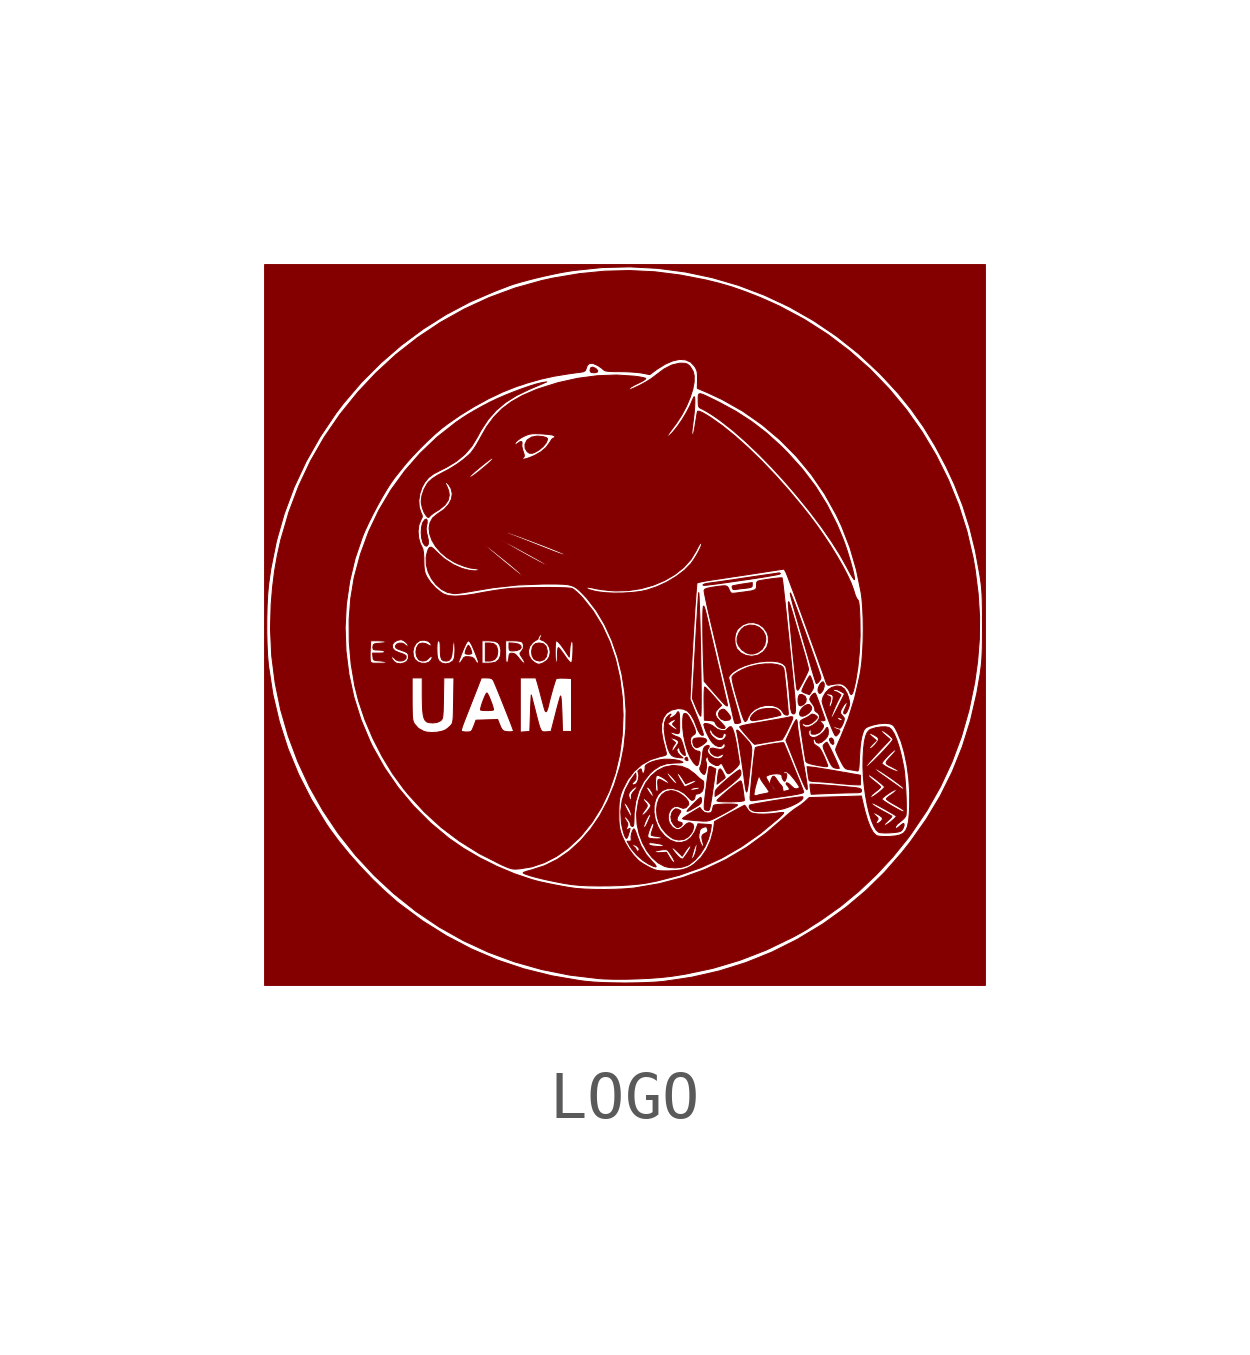
<source format=kicad_sym>
(kicad_symbol_lib
  (version 20220914)
  (generator bitmap2component)
  (symbol "LOGO"
    (pin_names
      (offset 1.016))
    (property "Reference" "#G"
      (at 0 6.87 0)
      (effects (font (size 1.27 1.27)) hide))
    (symbol "LOGO_0_0"
      (polyline (pts (xy 7.505 0) (xy 7.505 7.505) (xy 0 7.505) (xy -7.505 7.505) (xy -7.505 0) (xy -7.505 -0.131) (xy -7.46 -0.131) (xy -7.459 0.134) (xy -7.453 0.392) (xy -7.441 0.629) (xy -7.423 0.832) (xy -7.375 1.171) (xy -7.258 1.752) (xy -7.096 2.318) (xy -6.891 2.869) (xy -6.642 3.402) (xy -6.351 3.916) (xy -6.019 4.409) (xy -5.862 4.616) (xy -5.492 5.049) (xy -5.089 5.453) (xy -4.658 5.826) (xy -4.202 6.164) (xy -3.725 6.465) (xy -3.231 6.726) (xy -2.722 6.945) (xy -2.636 6.978) (xy -2.54 7.015) (xy -2.464 7.044) (xy -2.421 7.061) (xy -2.33 7.093) (xy -2.201 7.132) (xy -2.044 7.175) (xy -1.869 7.22) (xy -1.686 7.263) (xy -1.505 7.303) (xy -1.335 7.338) (xy -1.185 7.364) (xy -1.06 7.383) (xy -0.476 7.444) (xy 0.106 7.458) (xy 0.683 7.427) (xy 1.254 7.352) (xy 1.817 7.233) (xy 2.367 7.072) (xy 2.904 6.868) (xy 3.424 6.624) (xy 3.926 6.338) (xy 4.406 6.014) (xy 4.863 5.651) (xy 5.294 5.249) (xy 5.358 5.183) (xy 5.678 4.837) (xy 5.962 4.486) (xy 6.22 4.122) (xy 6.458 3.732) (xy 6.684 3.307) (xy 6.86 2.93) (xy 7.034 2.487) (xy 7.179 2.029) (xy 7.297 1.547) (xy 7.391 1.032) (xy 7.403 0.952) (xy 7.417 0.85) (xy 7.427 0.751) (xy 7.434 0.646) (xy 7.439 0.526) (xy 7.442 0.384) (xy 7.444 0.211) (xy 7.444 0) (xy 7.444 -0.127) (xy 7.443 -0.318) (xy 7.441 -0.474) (xy 7.436 -0.605) (xy 7.43 -0.719) (xy 7.421 -0.823) (xy 7.408 -0.927) (xy 7.393 -1.039) (xy 7.326 -1.425) (xy 7.194 -1.994) (xy 7.024 -2.537) (xy 6.814 -3.058) (xy 6.565 -3.56) (xy 6.273 -4.046) (xy 5.939 -4.519) (xy 5.764 -4.74) (xy 5.401 -5.154) (xy 5.016 -5.531) (xy 4.605 -5.877) (xy 4.161 -6.197) (xy 4.095 -6.241) (xy 3.585 -6.548) (xy 3.06 -6.811) (xy 2.52 -7.029) (xy 1.963 -7.204) (xy 1.389 -7.335) (xy 0.797 -7.423) (xy 0.654 -7.435) (xy 0.454 -7.446) (xy 0.231 -7.452) (xy -0.003 -7.455) (xy -0.237 -7.452) (xy -0.459 -7.446) (xy -0.657 -7.435) (xy -0.821 -7.42) (xy -0.933 -7.406) (xy -1.53 -7.304) (xy -2.107 -7.16) (xy -2.664 -6.974) (xy -3.201 -6.745) (xy -3.719 -6.473) (xy -4.22 -6.159) (xy -4.702 -5.801) (xy -4.768 -5.747) (xy -5.01 -5.534) (xy -5.26 -5.293) (xy -5.508 -5.033) (xy -5.746 -4.765) (xy -5.963 -4.499) (xy -6.15 -4.245) (xy -6.223 -4.138) (xy -6.532 -3.633) (xy -6.798 -3.111) (xy -7.02 -2.572) (xy -7.198 -2.017) (xy -7.333 -1.445) (xy -7.423 -0.856) (xy -7.425 -0.838) (xy -7.443 -0.63) (xy -7.454 -0.39) (xy -7.46 -0.131) (xy -7.505 -0.131) (xy -7.505 -7.505) (xy 0 -7.505) (xy 7.505 -7.505) (xy 7.505 0)) (stroke (width 0.01) (type default)) (fill (type outline)))
      (polyline (pts (xy 0.016 -7.377) (xy 0.267 -7.37) (xy 0.518 -7.358) (xy 0.754 -7.34) (xy 0.963 -7.317) (xy 1.248 -7.273) (xy 1.825 -7.151) (xy 2.389 -6.983) (xy 2.938 -6.771) (xy 3.471 -6.514) (xy 3.48 -6.51) (xy 3.587 -6.452) (xy 3.682 -6.4) (xy 3.757 -6.357) (xy 3.8 -6.331) (xy 3.811 -6.323) (xy 3.868 -6.285) (xy 3.947 -6.234) (xy 4.034 -6.179) (xy 4.096 -6.139) (xy 4.486 -5.862) (xy 4.869 -5.546) (xy 5.235 -5.2) (xy 5.578 -4.83) (xy 5.89 -4.444) (xy 5.96 -4.349) (xy 6.287 -3.865) (xy 6.569 -3.368) (xy 6.808 -2.856) (xy 7.006 -2.326) (xy 7.163 -1.774) (xy 7.282 -1.196) (xy 7.343 -0.758) (xy 7.38 -0.289) (xy 7.384 0.177) (xy 7.354 0.653) (xy 7.292 1.149) (xy 7.25 1.394) (xy 7.12 1.953) (xy 6.947 2.497) (xy 6.733 3.025) (xy 6.479 3.534) (xy 6.188 4.021) (xy 5.86 4.484) (xy 5.497 4.921) (xy 5.103 5.33) (xy 4.677 5.707) (xy 4.222 6.052) (xy 3.74 6.361) (xy 3.232 6.632) (xy 3.137 6.677) (xy 2.829 6.814) (xy 2.523 6.935) (xy 2.231 7.038) (xy 1.964 7.116) (xy 1.679 7.186) (xy 1.141 7.29) (xy 0.616 7.356) (xy 0.097 7.381) (xy -0.423 7.368) (xy -0.952 7.316) (xy -1.496 7.225) (xy -1.741 7.171) (xy -2.289 7.018) (xy -2.824 6.821) (xy -3.343 6.582) (xy -3.843 6.303) (xy -4.32 5.985) (xy -4.772 5.631) (xy -5.194 5.241) (xy -5.563 4.848) (xy -5.933 4.391) (xy -6.261 3.914) (xy -6.548 3.416) (xy -6.794 2.895) (xy -6.999 2.351) (xy -7.165 1.782) (xy -7.169 1.768) (xy -7.241 1.445) (xy -7.297 1.123) (xy -7.339 0.787) (xy -7.369 0.422) (xy -7.382 -0.057) (xy -5.828 -0.057) (xy -5.803 0.429) (xy -5.734 0.909) (xy -5.622 1.381) (xy -5.465 1.841) (xy -5.417 1.957) (xy -5.339 2.125) (xy -5.249 2.306) (xy -5.152 2.49) (xy -5.052 2.668) (xy -4.956 2.83) (xy -4.867 2.968) (xy -4.792 3.072) (xy -4.778 3.09) (xy -4.737 3.141) (xy -4.68 3.212) (xy -4.614 3.295) (xy -4.554 3.368) (xy -4.421 3.517) (xy -4.269 3.675) (xy -4.112 3.831) (xy -3.959 3.973) (xy -3.823 4.089) (xy -3.691 4.19) (xy -3.424 4.374) (xy -3.136 4.551) (xy -2.841 4.712) (xy -2.549 4.851) (xy -2.275 4.96) (xy -2.056 5.033) (xy -1.764 5.117) (xy -1.477 5.181) (xy -1.173 5.23) (xy -1.147 5.234) (xy -1.045 5.248) (xy -0.956 5.26) (xy -0.896 5.268) (xy -0.865 5.274) (xy -0.824 5.298) (xy -0.805 5.351) (xy -0.786 5.405) (xy -0.74 5.447) (xy -0.671 5.449) (xy -0.58 5.41) (xy -0.545 5.389) (xy -0.484 5.347) (xy -0.447 5.314) (xy -0.429 5.3) (xy -0.393 5.288) (xy -0.332 5.281) (xy -0.24 5.277) (xy -0.108 5.276) (xy 0.02 5.274) (xy 0.153 5.267) (xy 0.271 5.257) (xy 0.358 5.245) (xy 0.517 5.214) (xy 0.639 5.305) (xy 0.666 5.325) (xy 0.836 5.431) (xy 0.994 5.5) (xy 1.136 5.531) (xy 1.262 5.522) (xy 1.367 5.475) (xy 1.449 5.388) (xy 1.453 5.383) (xy 1.484 5.328) (xy 1.502 5.275) (xy 1.509 5.208) (xy 1.51 5.11) (xy 1.506 4.928) (xy 1.709 4.842) (xy 2.026 4.694) (xy 2.45 4.454) (xy 2.85 4.174) (xy 3.224 3.859) (xy 3.569 3.511) (xy 3.881 3.133) (xy 4.159 2.728) (xy 4.399 2.298) (xy 4.515 2.051) (xy 4.685 1.612) (xy 4.819 1.153) (xy 4.918 0.668) (xy 4.933 0.559) (xy 4.949 0.362) (xy 4.959 0.137) (xy 4.962 -0.101) (xy 4.958 -0.343) (xy 4.947 -0.574) (xy 4.93 -0.785) (xy 4.906 -0.962) (xy 4.885 -1.076) (xy 4.78 -1.533) (xy 4.647 -1.956) (xy 4.489 -2.343) (xy 4.458 -2.409) (xy 4.421 -2.496) (xy 4.395 -2.562) (xy 4.386 -2.596) (xy 4.388 -2.606) (xy 4.405 -2.654) (xy 4.438 -2.728) (xy 4.481 -2.814) (xy 4.489 -2.83) (xy 4.533 -2.913) (xy 4.566 -2.964) (xy 4.596 -2.992) (xy 4.633 -3.006) (xy 4.686 -3.014) (xy 4.718 -3.019) (xy 4.789 -3.03) (xy 4.834 -3.04) (xy 4.84 -3.041) (xy 4.855 -3.035) (xy 4.865 -3.01) (xy 4.872 -2.959) (xy 4.878 -2.875) (xy 4.883 -2.751) (xy 4.885 -2.724) (xy 4.896 -2.556) (xy 4.914 -2.411) (xy 4.937 -2.301) (xy 4.96 -2.229) (xy 4.984 -2.174) (xy 5.016 -2.142) (xy 5.063 -2.117) (xy 5.154 -2.086) (xy 5.281 -2.058) (xy 5.403 -2.047) (xy 5.501 -2.055) (xy 5.516 -2.058) (xy 5.561 -2.074) (xy 5.596 -2.102) (xy 5.629 -2.153) (xy 5.672 -2.236) (xy 5.75 -2.426) (xy 5.818 -2.66) (xy 5.872 -2.921) (xy 5.909 -3.199) (xy 5.928 -3.485) (xy 5.927 -3.77) (xy 5.92 -3.924) (xy 5.906 -4.077) (xy 5.883 -4.193) (xy 5.848 -4.277) (xy 5.798 -4.335) (xy 5.729 -4.371) (xy 5.637 -4.392) (xy 5.52 -4.403) (xy 5.5 -4.404) (xy 5.393 -4.405) (xy 5.304 -4.4) (xy 5.249 -4.389) (xy 5.23 -4.38) (xy 5.169 -4.319) (xy 5.109 -4.212) (xy 5.05 -4.06) (xy 4.993 -3.865) (xy 4.937 -3.628) (xy 4.923 -3.561) (xy 4.379 -3.578) (xy 3.835 -3.594) (xy 3.753 -3.672) (xy 3.735 -3.688) (xy 3.655 -3.751) (xy 3.574 -3.804) (xy 3.527 -3.835) (xy 3.45 -3.894) (xy 3.361 -3.969) (xy 3.269 -4.051) (xy 2.94 -4.333) (xy 2.533 -4.629) (xy 2.107 -4.882) (xy 1.663 -5.092) (xy 1.198 -5.261) (xy 0.711 -5.388) (xy 0.2 -5.476) (xy 0.155 -5.481) (xy -0.017 -5.495) (xy -0.217 -5.504) (xy -0.43 -5.508) (xy -0.643 -5.506) (xy -0.84 -5.499) (xy -1.008 -5.487) (xy -1.056 -5.481) (xy -1.174 -5.464) (xy -1.316 -5.439) (xy -1.47 -5.41) (xy -1.622 -5.379) (xy -1.758 -5.35) (xy -1.865 -5.323) (xy -1.952 -5.298) (xy -2.308 -5.178) (xy -2.67 -5.026) (xy -3.024 -4.849) (xy -3.358 -4.654) (xy -3.658 -4.448) (xy -3.666 -4.442) (xy -4.051 -4.121) (xy -4.405 -3.767) (xy -4.726 -3.383) (xy -5.009 -2.973) (xy -5.253 -2.54) (xy -5.308 -2.426) (xy -5.498 -1.973) (xy -5.645 -1.505) (xy -5.749 -1.027) (xy -5.81 -0.543) (xy -5.828 -0.057) (xy -7.382 -0.057) (xy -7.383 -0.068) (xy -7.357 -0.64) (xy -7.285 -1.207) (xy -7.17 -1.766) (xy -7.012 -2.313) (xy -6.812 -2.847) (xy -6.572 -3.365) (xy -6.291 -3.864) (xy -5.971 -4.341) (xy -5.614 -4.793) (xy -5.219 -5.219) (xy -4.814 -5.595) (xy -4.355 -5.962) (xy -3.872 -6.288) (xy -3.368 -6.572) (xy -2.843 -6.815) (xy -2.297 -7.016) (xy -1.733 -7.175) (xy -1.151 -7.291) (xy -0.551 -7.363) (xy -0.438 -7.371) (xy -0.223 -7.377) (xy 0.016 -7.377)) (stroke (width 0.01) (type default)) (fill (type outline)))
      (polyline (pts (xy -0.329 -5.433) (xy -0.106 -5.426) (xy 0.105 -5.413) (xy 0.293 -5.396) (xy 0.446 -5.375) (xy 0.66 -5.333) (xy 1.133 -5.211) (xy 1.58 -5.053) (xy 2.006 -4.859) (xy 2.415 -4.623) (xy 2.812 -4.346) (xy 3.201 -4.024) (xy 3.201 -4.024) (xy 3.258 -3.97) (xy 3.296 -3.928) (xy 3.305 -3.907) (xy 3.285 -3.904) (xy 3.229 -3.907) (xy 3.153 -3.917) (xy 3.031 -3.932) (xy 2.905 -3.938) (xy 2.787 -3.937) (xy 2.69 -3.927) (xy 2.627 -3.91) (xy 2.58 -3.874) (xy 2.538 -3.816) (xy 2.538 -3.816) (xy 2.511 -3.772) (xy 2.491 -3.754) (xy 2.484 -3.757) (xy 2.442 -3.777) (xy 2.371 -3.815) (xy 2.278 -3.865) (xy 2.17 -3.924) (xy 1.865 -4.093) (xy 1.85 -4.213) (xy 1.839 -4.283) (xy 1.783 -4.489) (xy 1.696 -4.68) (xy 1.581 -4.845) (xy 1.444 -4.975) (xy 1.376 -5.022) (xy 1.285 -5.068) (xy 1.184 -5.098) (xy 1.06 -5.114) (xy 0.901 -5.121) (xy 0.827 -5.121) (xy 0.735 -5.119) (xy 0.666 -5.11) (xy 0.606 -5.092) (xy 0.539 -5.063) (xy 0.487 -5.036) (xy 0.392 -4.982) (xy 0.313 -4.93) (xy 0.272 -4.896) (xy 0.175 -4.792) (xy 0.08 -4.663) (xy -0.004 -4.521) (xy -0.067 -4.379) (xy -0.091 -4.308) (xy -0.11 -4.234) (xy -0.121 -4.155) (xy -0.127 -4.058) (xy -0.128 -3.929) (xy -0.127 -3.802) (xy -0.12 -3.687) (xy -0.106 -3.596) (xy -0.085 -3.518) (xy -0.053 -3.434) (xy 0.053 -3.226) (xy 0.189 -3.05) (xy 0.349 -2.908) (xy 0.532 -2.804) (xy 0.733 -2.741) (xy 0.795 -2.728) (xy 0.843 -2.712) (xy 0.862 -2.693) (xy 0.861 -2.664) (xy 0.858 -2.654) (xy 0.844 -2.597) (xy 0.822 -2.513) (xy 0.797 -2.417) (xy 0.793 -2.401) (xy 0.761 -2.218) (xy 0.763 -2.062) (xy 0.799 -1.935) (xy 0.866 -1.838) (xy 0.965 -1.773) (xy 1.095 -1.743) (xy 1.119 -1.741) (xy 1.217 -1.752) (xy 1.301 -1.793) (xy 1.373 -1.87) (xy 1.438 -1.986) (xy 1.5 -2.144) (xy 1.523 -2.201) (xy 1.562 -2.265) (xy 1.6 -2.298) (xy 1.633 -2.292) (xy 1.632 -2.276) (xy 1.617 -2.223) (xy 1.589 -2.139) (xy 1.55 -2.033) (xy 1.502 -1.911) (xy 1.354 -1.547) (xy 1.366 -1.272) (xy 1.375 -1.095) (xy 1.385 -0.885) (xy 1.397 -0.667) (xy 1.409 -0.445) (xy 1.422 -0.225) (xy 1.435 -0.012) (xy 1.447 0.19) (xy 1.459 0.375) (xy 1.471 0.539) (xy 1.481 0.675) (xy 1.489 0.78) (xy 1.496 0.849) (xy 1.501 0.875) (xy 1.504 0.877) (xy 1.542 0.888) (xy 1.616 0.904) (xy 1.715 0.922) (xy 1.832 0.94) (xy 1.881 0.947) (xy 2.014 0.967) (xy 2.178 0.992) (xy 2.359 1.019) (xy 2.546 1.047) (xy 2.728 1.075) (xy 3.311 1.165) (xy 3.342 1.116) (xy 3.355 1.087) (xy 3.382 1.02) (xy 3.42 0.918) (xy 3.469 0.787) (xy 3.527 0.633) (xy 3.59 0.461) (xy 3.659 0.275) (xy 3.73 0.08) (xy 3.802 -0.117) (xy 3.873 -0.313) (xy 3.941 -0.501) (xy 4.005 -0.677) (xy 4.061 -0.836) (xy 4.11 -0.972) (xy 4.148 -1.08) (xy 4.173 -1.156) (xy 4.18 -1.177) (xy 4.204 -1.233) (xy 4.226 -1.255) (xy 4.257 -1.252) (xy 4.272 -1.248) (xy 4.335 -1.236) (xy 4.411 -1.226) (xy 4.478 -1.224) (xy 4.534 -1.237) (xy 4.59 -1.276) (xy 4.601 -1.285) (xy 4.649 -1.342) (xy 4.677 -1.395) (xy 4.687 -1.427) (xy 4.71 -1.451) (xy 4.735 -1.431) (xy 4.759 -1.366) (xy 4.803 -1.173) (xy 4.85 -0.878) (xy 4.881 -0.56) (xy 4.896 -0.228) (xy 4.893 0.105) (xy 4.89 0.183) (xy 4.884 0.315) (xy 4.877 0.41) (xy 4.868 0.473) (xy 4.857 0.512) (xy 4.843 0.531) (xy 4.824 0.556) (xy 4.796 0.617) (xy 4.772 0.695) (xy 4.762 0.73) (xy 4.71 0.87) (xy 4.633 1.038) (xy 4.533 1.228) (xy 4.415 1.433) (xy 4.283 1.649) (xy 4.138 1.867) (xy 3.987 2.084) (xy 3.831 2.291) (xy 3.693 2.465) (xy 3.413 2.801) (xy 3.129 3.12) (xy 2.845 3.418) (xy 2.565 3.69) (xy 2.294 3.933) (xy 2.035 4.143) (xy 1.794 4.314) (xy 1.714 4.365) (xy 1.612 4.424) (xy 1.545 4.452) (xy 1.512 4.452) (xy 1.508 4.44) (xy 1.498 4.391) (xy 1.485 4.311) (xy 1.469 4.213) (xy 1.459 4.15) (xy 1.444 4.061) (xy 1.43 3.998) (xy 1.421 3.97) (xy 1.409 3.961) (xy 1.396 3.971) (xy 1.393 4.017) (xy 1.401 4.101) (xy 1.418 4.228) (xy 1.426 4.292) (xy 1.44 4.409) (xy 1.449 4.521) (xy 1.454 4.62) (xy 1.454 4.697) (xy 1.449 4.745) (xy 1.439 4.754) (xy 1.427 4.734) (xy 1.402 4.682) (xy 1.372 4.61) (xy 1.349 4.558) (xy 1.276 4.418) (xy 1.186 4.27) (xy 1.09 4.131) (xy 0.998 4.018) (xy 0.987 4.005) (xy 0.926 3.945) (xy 0.892 3.92) (xy 0.883 3.928) (xy 0.9 3.965) (xy 0.942 4.029) (xy 1.008 4.117) (xy 1.068 4.197) (xy 1.181 4.37) (xy 1.278 4.552) (xy 1.355 4.733) (xy 1.411 4.905) (xy 1.44 5.061) (xy 1.441 5.191) (xy 1.42 5.279) (xy 1.36 5.379) (xy 1.341 5.4) (xy 1.298 5.434) (xy 1.247 5.449) (xy 1.169 5.452) (xy 1.128 5.45) (xy 0.976 5.414) (xy 0.815 5.332) (xy 0.645 5.205) (xy 0.632 5.194) (xy 0.536 5.123) (xy 0.421 5.052) (xy 0.311 4.993) (xy 0.265 4.971) (xy 0.183 4.933) (xy 0.133 4.912) (xy 0.106 4.905) (xy 0.096 4.911) (xy 0.094 4.926) (xy 0.096 4.932) (xy 0.129 4.957) (xy 0.191 4.993) (xy 0.273 5.033) (xy 0.301 5.046) (xy 0.376 5.085) (xy 0.422 5.117) (xy 0.432 5.135) (xy 0.422 5.14) (xy 0.374 5.153) (xy 0.295 5.168) (xy 0.199 5.181) (xy -0.176 5.206) (xy -0.574 5.191) (xy -0.982 5.138) (xy -1.393 5.047) (xy -1.799 4.92) (xy -1.866 4.895) (xy -2.135 4.779) (xy -2.365 4.649) (xy -2.563 4.5) (xy -2.732 4.328) (xy -2.881 4.127) (xy -3.014 3.893) (xy -3.031 3.86) (xy -3.081 3.773) (xy -2.295 3.773) (xy -2.275 3.809) (xy -2.226 3.854) (xy -2.158 3.901) (xy -2.08 3.941) (xy -2.064 3.948) (xy -2 3.971) (xy -1.936 3.982) (xy -1.857 3.985) (xy -1.748 3.981) (xy -1.706 3.978) (xy -1.611 3.97) (xy -1.536 3.961) (xy -1.495 3.952) (xy -1.462 3.93) (xy -1.457 3.905) (xy -1.488 3.893) (xy -1.495 3.892) (xy -1.528 3.864) (xy -1.561 3.811) (xy -1.568 3.798) (xy -1.643 3.697) (xy -1.753 3.604) (xy -1.887 3.528) (xy -1.972 3.492) (xy -2.059 3.462) (xy -2.115 3.453) (xy -2.134 3.467) (xy -2.133 3.475) (xy -2.107 3.5) (xy -2.098 3.508) (xy -2.098 3.545) (xy -2.121 3.617) (xy -2.132 3.648) (xy -2.148 3.721) (xy -2.147 3.774) (xy -2.143 3.787) (xy -2.15 3.819) (xy -2.182 3.818) (xy -2.232 3.784) (xy -2.264 3.762) (xy -2.291 3.761) (xy -2.295 3.773) (xy -3.081 3.773) (xy -3.091 3.755) (xy -3.154 3.658) (xy -3.209 3.586) (xy -3.247 3.547) (xy -3.361 3.448) (xy -3.503 3.345) (xy -3.662 3.246) (xy -3.825 3.16) (xy -3.904 3.118) (xy -3.943 3.092) (xy -3.233 3.092) (xy -3.226 3.102) (xy -3.191 3.138) (xy -3.133 3.191) (xy -3.059 3.253) (xy -2.979 3.32) (xy -2.901 3.382) (xy -2.833 3.434) (xy -2.784 3.469) (xy -2.761 3.479) (xy -2.754 3.472) (xy -2.754 3.457) (xy -2.772 3.432) (xy -2.813 3.391) (xy -2.881 3.331) (xy -2.982 3.247) (xy -3.035 3.203) (xy -3.133 3.127) (xy -3.198 3.083) (xy -3.231 3.072) (xy -3.233 3.092) (xy -3.943 3.092) (xy -4.01 3.049) (xy -4.088 2.981) (xy -4.12 2.94) (xy -4.185 2.823) (xy -4.229 2.693) (xy -4.244 2.57) (xy -4.242 2.542) (xy -4.221 2.443) (xy -4.184 2.345) (xy -4.137 2.272) (xy -4.11 2.244) (xy -4.087 2.24) (xy -4.059 2.27) (xy -4.04 2.288) (xy -3.984 2.332) (xy -3.914 2.376) (xy -3.862 2.408) (xy -3.75 2.5) (xy -3.682 2.599) (xy -3.659 2.704) (xy -3.671 2.792) (xy -3.707 2.881) (xy -3.708 2.884) (xy -3.738 2.945) (xy -3.738 2.973) (xy -3.714 2.966) (xy -3.668 2.92) (xy -3.622 2.843) (xy -3.597 2.734) (xy -3.614 2.621) (xy -3.672 2.51) (xy -3.768 2.407) (xy -3.901 2.315) (xy -3.91 2.309) (xy -4.004 2.231) (xy -4.059 2.132) (xy -4.08 2.018) (xy -4.071 1.938) (xy -2.479 1.938) (xy -2.469 1.937) (xy -2.421 1.923) (xy -2.342 1.896) (xy -2.236 1.859) (xy -2.112 1.813) (xy -1.975 1.762) (xy -1.833 1.708) (xy -1.693 1.655) (xy -1.561 1.603) (xy -1.445 1.557) (xy -1.351 1.518) (xy -1.285 1.49) (xy -1.256 1.474) (xy -1.246 1.462) (xy -1.254 1.456) (xy -1.297 1.465) (xy -1.377 1.491) (xy -1.495 1.535) (xy -1.653 1.597) (xy -1.824 1.664) (xy -2.011 1.738) (xy -2.182 1.805) (xy -2.326 1.861) (xy -2.437 1.903) (xy -2.471 1.921) (xy -2.479 1.938) (xy -4.071 1.938) (xy -4.066 1.894) (xy -4.025 1.777) (xy -2.593 1.777) (xy -2.574 1.77) (xy -2.52 1.744) (xy -2.438 1.703) (xy -2.336 1.649) (xy -2.22 1.588) (xy -2.097 1.521) (xy -1.975 1.454) (xy -1.859 1.39) (xy -1.758 1.333) (xy -1.677 1.285) (xy -1.664 1.278) (xy -1.636 1.253) (xy -1.642 1.244) (xy -1.657 1.249) (xy -1.709 1.273) (xy -1.788 1.313) (xy -1.887 1.366) (xy -2 1.427) (xy -2.119 1.494) (xy -2.239 1.561) (xy -2.351 1.625) (xy -2.45 1.683) (xy -2.527 1.73) (xy -2.578 1.763) (xy -2.593 1.777) (xy -4.025 1.777) (xy -4.021 1.766) (xy -3.953 1.651) (xy -2.907 1.651) (xy -2.905 1.659) (xy -2.892 1.655) (xy -2.862 1.636) (xy -2.813 1.599) (xy -2.739 1.542) (xy -2.637 1.46) (xy -2.502 1.352) (xy -2.499 1.35) (xy -2.391 1.262) (xy -2.298 1.183) (xy -2.224 1.119) (xy -2.175 1.074) (xy -2.158 1.053) (xy -2.158 1.05) (xy -2.163 1.034) (xy -2.178 1.043) (xy -2.224 1.078) (xy -2.294 1.134) (xy -2.381 1.204) (xy -2.478 1.284) (xy -2.579 1.367) (xy -2.677 1.449) (xy -2.765 1.523) (xy -2.837 1.585) (xy -2.886 1.628) (xy -2.905 1.647) (xy -2.907 1.651) (xy -3.953 1.651) (xy -3.945 1.638) (xy -3.84 1.516) (xy -3.709 1.404) (xy -3.553 1.308) (xy -3.479 1.273) (xy -3.344 1.221) (xy -3.217 1.186) (xy -3.113 1.173) (xy -3.069 1.166) (xy -3.049 1.149) (xy -3.049 1.147) (xy -3.074 1.13) (xy -3.132 1.127) (xy -3.214 1.134) (xy -3.307 1.153) (xy -3.403 1.181) (xy -3.571 1.255) (xy -3.764 1.379) (xy -3.928 1.529) (xy -3.98 1.583) (xy -4.033 1.621) (xy -4.071 1.617) (xy -4.101 1.569) (xy -4.128 1.476) (xy -4.141 1.403) (xy -4.137 1.252) (xy -4.098 1.103) (xy -4.029 0.964) (xy -3.936 0.842) (xy -3.823 0.744) (xy -3.696 0.679) (xy -3.559 0.653) (xy -3.551 0.653) (xy -3.483 0.658) (xy -3.384 0.67) (xy -3.265 0.689) (xy -3.139 0.711) (xy -2.742 0.777) (xy -2.227 0.833) (xy -1.712 0.853) (xy -1.58 0.854) (xy -1.419 0.853) (xy -1.294 0.849) (xy -1.196 0.84) (xy -1.121 0.824) (xy -1.059 0.799) (xy -1.005 0.765) (xy -1.001 0.762) (xy -0.794 0.762) (xy -0.793 0.786) (xy -0.768 0.787) (xy -0.709 0.779) (xy -0.631 0.762) (xy -0.59 0.753) (xy -0.483 0.736) (xy -0.358 0.722) (xy -0.234 0.712) (xy -0.198 0.71) (xy 0.073 0.717) (xy 0.337 0.758) (xy 0.59 0.829) (xy 0.825 0.928) (xy 1.038 1.052) (xy 1.222 1.199) (xy 1.373 1.366) (xy 1.484 1.55) (xy 1.53 1.641) (xy 1.566 1.698) (xy 1.587 1.71) (xy 1.595 1.679) (xy 1.592 1.661) (xy 1.568 1.601) (xy 1.528 1.52) (xy 1.477 1.431) (xy 1.422 1.345) (xy 1.369 1.273) (xy 1.368 1.272) (xy 1.236 1.138) (xy 1.067 1.01) (xy 0.874 0.894) (xy 0.667 0.798) (xy 0.457 0.727) (xy 0.332 0.7) (xy 0.156 0.678) (xy -0.038 0.666) (xy -0.234 0.664) (xy -0.418 0.673) (xy -0.574 0.693) (xy -0.658 0.711) (xy -0.75 0.737) (xy -0.794 0.762) (xy -1.001 0.762) (xy -0.951 0.719) (xy -0.891 0.66) (xy -0.793 0.556) (xy -0.593 0.296) (xy -0.419 0.003) (xy -0.273 -0.318) (xy -0.154 -0.661) (xy -0.064 -1.022) (xy -0.005 -1.397) (xy 0.022 -1.778) (xy 0.017 -2.163) (xy -0.022 -2.545) (xy -0.096 -2.92) (xy -0.108 -2.965) (xy -0.22 -3.327) (xy -0.36 -3.664) (xy -0.526 -3.974) (xy -0.717 -4.253) (xy -0.929 -4.498) (xy -1.16 -4.709) (xy -1.409 -4.881) (xy -1.674 -5.013) (xy -1.951 -5.102) (xy -1.976 -5.108) (xy -2.054 -5.13) (xy -2.106 -5.149) (xy -2.121 -5.162) (xy -2.111 -5.171) (xy -2.058 -5.194) (xy -1.97 -5.223) (xy -1.854 -5.255) (xy -1.718 -5.289) (xy -1.569 -5.322) (xy -1.413 -5.354) (xy -1.259 -5.383) (xy -1.114 -5.405) (xy -1.109 -5.406) (xy -0.954 -5.421) (xy -0.765 -5.431) (xy -0.552 -5.434) (xy -0.329 -5.433)) (stroke (width 0.01) (type default)) (fill (type outline)))
      (polyline (pts (xy -2.193 -5.078) (xy -1.942 -5.037) (xy -1.68 -4.949) (xy -1.425 -4.817) (xy -1.181 -4.643) (xy -0.95 -4.429) (xy -0.912 -4.389) (xy -0.686 -4.109) (xy -0.492 -3.797) (xy -0.331 -3.457) (xy -0.204 -3.091) (xy -0.113 -2.704) (xy -0.058 -2.298) (xy -0.04 -1.876) (xy -0.056 -1.514) (xy -0.108 -1.106) (xy -0.196 -0.718) (xy -0.319 -0.353) (xy -0.476 -0.015) (xy -0.665 0.293) (xy -0.886 0.569) (xy -0.926 0.611) (xy -0.998 0.681) (xy -1.06 0.734) (xy -1.101 0.76) (xy -1.123 0.765) (xy -1.194 0.772) (xy -1.299 0.777) (xy -1.431 0.78) (xy -1.583 0.782) (xy -1.746 0.781) (xy -1.913 0.779) (xy -2.075 0.776) (xy -2.226 0.77) (xy -2.357 0.763) (xy -2.461 0.754) (xy -2.58 0.739) (xy -2.736 0.716) (xy -2.899 0.689) (xy -3.047 0.662) (xy -3.149 0.642) (xy -3.365 0.611) (xy -3.54 0.601) (xy -3.676 0.611) (xy -3.773 0.642) (xy -3.83 0.678) (xy -3.944 0.77) (xy -4.047 0.882) (xy -4.124 0.996) (xy -4.138 1.024) (xy -4.163 1.084) (xy -4.178 1.147) (xy -4.186 1.228) (xy -4.189 1.341) (xy -4.19 1.409) (xy -4.197 1.512) (xy -4.21 1.582) (xy -4.23 1.628) (xy -4.261 1.687) (xy -4.298 1.813) (xy -4.309 1.95) (xy -4.293 2.082) (xy -4.249 2.192) (xy -4.241 2.207) (xy -4.221 2.249) (xy -4.224 2.287) (xy -4.25 2.343) (xy -4.285 2.451) (xy -4.294 2.589) (xy -4.273 2.734) (xy -4.225 2.874) (xy -4.168 2.975) (xy -4.09 3.069) (xy -3.986 3.147) (xy -3.846 3.22) (xy -3.73 3.277) (xy -3.513 3.408) (xy -3.334 3.556) (xy -3.189 3.724) (xy -3.072 3.918) (xy -3.001 4.051) (xy -2.853 4.276) (xy -2.685 4.468) (xy -2.49 4.634) (xy -2.261 4.778) (xy -1.994 4.907) (xy -1.957 4.923) (xy -1.858 4.965) (xy -1.771 5.002) (xy -1.712 5.027) (xy -1.63 5.063) (xy -1.712 5.05) (xy -1.74 5.045) (xy -1.849 5.018) (xy -1.988 4.975) (xy -2.147 4.92) (xy -2.316 4.857) (xy -2.486 4.789) (xy -2.647 4.72) (xy -2.789 4.653) (xy -2.825 4.635) (xy -2.972 4.558) (xy -3.123 4.474) (xy -3.263 4.392) (xy -3.377 4.32) (xy -3.519 4.222) (xy -3.907 3.917) (xy -4.263 3.579) (xy -4.585 3.21) (xy -4.873 2.814) (xy -5.124 2.391) (xy -5.336 1.946) (xy -5.507 1.48) (xy -5.637 0.997) (xy -5.641 0.979) (xy -5.711 0.551) (xy -5.745 0.104) (xy -5.742 -0.353) (xy -5.722 -0.592) (xy -5.308 -0.592) (xy -5.305 -0.498) (xy -5.295 -0.328) (xy -5.134 -0.328) (xy -5.109 -0.329) (xy -5.025 -0.334) (xy -4.982 -0.345) (xy -4.98 -0.359) (xy -5.021 -0.371) (xy -5.107 -0.38) (xy -5.178 -0.385) (xy -5.222 -0.395) (xy -5.242 -0.415) (xy -5.249 -0.452) (xy -5.251 -0.474) (xy -5.241 -0.508) (xy -5.202 -0.519) (xy -5.151 -0.521) (xy -5.08 -0.524) (xy -5.029 -0.535) (xy -5.001 -0.557) (xy -5.006 -0.572) (xy -5.045 -0.583) (xy -5.124 -0.586) (xy -5.256 -0.586) (xy -5.249 -0.663) (xy -5.246 -0.681) (xy -4.862 -0.681) (xy -4.853 -0.66) (xy -4.828 -0.667) (xy -4.793 -0.701) (xy -4.765 -0.728) (xy -4.708 -0.749) (xy -4.646 -0.748) (xy -4.592 -0.728) (xy -4.559 -0.693) (xy -4.558 -0.646) (xy -4.566 -0.635) (xy -4.611 -0.608) (xy -4.676 -0.585) (xy -4.703 -0.577) (xy -4.793 -0.536) (xy -4.842 -0.481) (xy -4.846 -0.415) (xy -4.846 -0.413) (xy -4.81 -0.36) (xy -4.744 -0.32) (xy -4.665 -0.305) (xy -4.662 -0.305) (xy -4.621 -0.319) (xy -4.575 -0.35) (xy -4.536 -0.388) (xy -4.515 -0.421) (xy -4.523 -0.441) (xy -4.546 -0.439) (xy -4.582 -0.411) (xy -4.592 -0.4) (xy -4.642 -0.378) (xy -4.702 -0.378) (xy -4.754 -0.399) (xy -4.78 -0.437) (xy -4.78 -0.453) (xy -4.767 -0.479) (xy -4.727 -0.503) (xy -4.651 -0.53) (xy -4.592 -0.551) (xy -4.416 -0.551) (xy -4.394 -0.456) (xy -4.346 -0.376) (xy -4.273 -0.326) (xy -4.255 -0.32) (xy -4.176 -0.316) (xy -4.1 -0.337) (xy -4.049 -0.38) (xy -4.044 -0.389) (xy -4.036 -0.428) (xy -4.058 -0.438) (xy -4.1 -0.414) (xy -4.15 -0.387) (xy -4.221 -0.376) (xy -4.283 -0.393) (xy -4.303 -0.41) (xy -4.341 -0.478) (xy -4.346 -0.511) (xy -3.917 -0.511) (xy -3.916 -0.434) (xy -3.911 -0.37) (xy -3.9 -0.337) (xy -3.881 -0.328) (xy -3.867 -0.334) (xy -3.854 -0.36) (xy -3.848 -0.416) (xy -3.846 -0.511) (xy -3.845 -0.577) (xy -3.837 -0.664) (xy -3.817 -0.717) (xy -3.782 -0.744) (xy -3.727 -0.75) (xy -3.71 -0.75) (xy -3.66 -0.734) (xy -3.626 -0.692) (xy -3.605 -0.618) (xy -3.593 -0.503) (xy -3.592 -0.488) (xy -3.584 -0.407) (xy -3.573 -0.35) (xy -3.562 -0.328) (xy -3.559 -0.33) (xy -3.55 -0.362) (xy -3.544 -0.427) (xy -3.541 -0.513) (xy -3.542 -0.558) (xy -3.547 -0.648) (xy -3.56 -0.707) (xy -3.583 -0.746) (xy -3.591 -0.755) (xy -3.652 -0.792) (xy -3.466 -0.792) (xy -3.461 -0.756) (xy -3.411 -0.62) (xy -3.358 -0.489) (xy -3.316 -0.398) (xy -3.284 -0.345) (xy -3.259 -0.328) (xy -3.258 -0.328) (xy -3.228 -0.353) (xy -3.187 -0.424) (xy -3.136 -0.541) (xy -3.113 -0.598) (xy -3.08 -0.682) (xy -3.057 -0.745) (xy -3.049 -0.775) (xy -3.05 -0.785) (xy -3.065 -0.797) (xy -2.978 -0.797) (xy -2.978 -0.563) (xy -2.978 -0.328) (xy -2.83 -0.328) (xy -2.486 -0.328) (xy -2.326 -0.328) (xy -2.25 -0.331) (xy -2.178 -0.341) (xy -2.139 -0.356) (xy -2.131 -0.366) (xy -2.112 -0.425) (xy -2.121 -0.494) (xy -2.151 -0.541) (xy -2.011 -0.541) (xy -1.985 -0.446) (xy -1.921 -0.365) (xy -1.906 -0.353) (xy -1.858 -0.319) (xy -1.827 -0.305) (xy -1.819 -0.302) (xy -1.806 -0.273) (xy -1.8 -0.251) (xy -1.771 -0.211) (xy -1.769 -0.21) (xy -1.742 -0.194) (xy -1.736 -0.215) (xy -1.738 -0.231) (xy -1.761 -0.274) (xy -1.762 -0.275) (xy -1.769 -0.298) (xy -1.732 -0.317) (xy -1.689 -0.334) (xy -1.615 -0.394) (xy -1.571 -0.475) (xy -1.558 -0.555) (xy -1.454 -0.555) (xy -1.452 -0.446) (xy -1.447 -0.376) (xy -1.438 -0.339) (xy -1.422 -0.328) (xy -1.414 -0.332) (xy -1.38 -0.363) (xy -1.331 -0.422) (xy -1.276 -0.498) (xy -1.161 -0.668) (xy -1.149 -0.506) (xy -1.142 -0.434) (xy -1.127 -0.363) (xy -1.107 -0.334) (xy -1.106 -0.333) (xy -1.092 -0.341) (xy -1.085 -0.376) (xy -1.082 -0.444) (xy -1.084 -0.553) (xy -1.084 -0.565) (xy -1.091 -0.686) (xy -1.103 -0.762) (xy -1.119 -0.791) (xy -1.125 -0.79) (xy -1.157 -0.764) (xy -1.204 -0.709) (xy -1.257 -0.635) (xy -1.276 -0.606) (xy -1.327 -0.536) (xy -1.366 -0.487) (xy -1.387 -0.469) (xy -1.388 -0.469) (xy -1.398 -0.494) (xy -1.405 -0.552) (xy -1.407 -0.633) (xy -1.407 -0.633) (xy -1.41 -0.718) (xy -1.419 -0.776) (xy -1.431 -0.797) (xy -1.436 -0.792) (xy -1.446 -0.751) (xy -1.452 -0.672) (xy -1.454 -0.563) (xy -1.454 -0.555) (xy -1.558 -0.555) (xy -1.556 -0.565) (xy -1.572 -0.654) (xy -1.619 -0.732) (xy -1.699 -0.787) (xy -1.751 -0.808) (xy -1.796 -0.818) (xy -1.835 -0.808) (xy -1.89 -0.777) (xy -1.951 -0.724) (xy -1.999 -0.638) (xy -2.011 -0.541) (xy -2.151 -0.541) (xy -2.157 -0.55) (xy -2.181 -0.575) (xy -2.188 -0.599) (xy -2.172 -0.635) (xy -2.132 -0.695) (xy -2.097 -0.754) (xy -2.087 -0.792) (xy -2.104 -0.798) (xy -2.142 -0.771) (xy -2.195 -0.71) (xy -2.237 -0.656) (xy -2.279 -0.612) (xy -2.317 -0.592) (xy -2.362 -0.587) (xy -2.394 -0.593) (xy -2.412 -0.621) (xy -2.42 -0.684) (xy -2.423 -0.708) (xy -2.437 -0.764) (xy -2.457 -0.792) (xy -2.47 -0.785) (xy -2.48 -0.749) (xy -2.485 -0.677) (xy -2.486 -0.565) (xy -2.486 -0.328) (xy -2.83 -0.328) (xy -2.815 -0.329) (xy -2.713 -0.338) (xy -2.647 -0.368) (xy -2.607 -0.424) (xy -2.587 -0.514) (xy -2.585 -0.531) (xy -2.591 -0.635) (xy -2.627 -0.719) (xy -2.688 -0.771) (xy -2.709 -0.778) (xy -2.781 -0.792) (xy -2.862 -0.797) (xy -2.978 -0.797) (xy -3.065 -0.797) (xy -3.066 -0.798) (xy -3.094 -0.779) (xy -3.124 -0.733) (xy -3.145 -0.699) (xy -3.184 -0.672) (xy -3.253 -0.661) (xy -3.265 -0.66) (xy -3.325 -0.661) (xy -3.36 -0.68) (xy -3.388 -0.726) (xy -3.389 -0.728) (xy -3.421 -0.773) (xy -3.449 -0.796) (xy -3.466 -0.792) (xy -3.652 -0.792) (xy -3.659 -0.796) (xy -3.74 -0.81) (xy -3.811 -0.794) (xy -3.827 -0.785) (xy -3.873 -0.747) (xy -3.9 -0.697) (xy -3.913 -0.622) (xy -3.917 -0.511) (xy -4.346 -0.511) (xy -4.354 -0.562) (xy -4.341 -0.647) (xy -4.301 -0.715) (xy -4.277 -0.733) (xy -4.212 -0.75) (xy -4.146 -0.74) (xy -4.099 -0.704) (xy -4.074 -0.675) (xy -4.04 -0.657) (xy -4.021 -0.659) (xy -4.013 -0.679) (xy -4.034 -0.726) (xy -4.084 -0.776) (xy -4.158 -0.799) (xy -4.241 -0.796) (xy -4.319 -0.767) (xy -4.377 -0.714) (xy -4.407 -0.648) (xy -4.416 -0.551) (xy -4.592 -0.551) (xy -4.587 -0.553) (xy -4.539 -0.577) (xy -4.516 -0.605) (xy -4.508 -0.646) (xy -4.51 -0.696) (xy -4.543 -0.756) (xy -4.587 -0.785) (xy -4.671 -0.809) (xy -4.753 -0.798) (xy -4.763 -0.793) (xy -4.808 -0.761) (xy -4.844 -0.719) (xy -4.862 -0.681) (xy -5.246 -0.681) (xy -5.243 -0.706) (xy -5.226 -0.73) (xy -5.187 -0.741) (xy -5.113 -0.746) (xy -5.061 -0.751) (xy -4.996 -0.762) (xy -4.962 -0.775) (xy -4.961 -0.776) (xy -4.972 -0.787) (xy -5.025 -0.795) (xy -5.117 -0.797) (xy -5.188 -0.797) (xy -5.25 -0.794) (xy -5.283 -0.785) (xy -5.298 -0.765) (xy -5.305 -0.732) (xy -5.308 -0.677) (xy -5.308 -0.592) (xy -5.722 -0.592) (xy -5.703 -0.813) (xy -5.654 -1.102) (xy -4.433 -1.102) (xy -4.327 -1.102) (xy -4.222 -1.102) (xy -4.222 -1.474) (xy -4.22 -1.628) (xy -4.214 -1.767) (xy -4.203 -1.87) (xy -4.185 -1.942) (xy -4.16 -1.99) (xy -4.127 -2.018) (xy -4.088 -2.032) (xy -4.001 -2.04) (xy -3.912 -2.028) (xy -3.843 -1.996) (xy -3.839 -1.993) (xy -3.821 -1.975) (xy -3.807 -1.953) (xy -3.797 -1.919) (xy -3.791 -1.867) (xy -3.786 -1.788) (xy -3.783 -1.677) (xy -3.78 -1.527) (xy -3.773 -1.102) (xy -3.668 -1.102) (xy -3.562 -1.102) (xy -3.569 -1.57) (xy -3.571 -1.675) (xy -3.574 -1.808) (xy -3.577 -1.905) (xy -3.582 -1.974) (xy -3.59 -2.021) (xy -3.6 -2.053) (xy -3.615 -2.077) (xy -3.635 -2.099) (xy -3.637 -2.102) (xy -3.695 -2.154) (xy -3.752 -2.192) (xy -3.799 -2.208) (xy -3.409 -2.208) (xy -3.404 -2.174) (xy -3.385 -2.11) (xy -3.355 -2.029) (xy -3.338 -1.985) (xy -3.299 -1.885) (xy -3.25 -1.761) (xy -3.196 -1.623) (xy -3.141 -1.484) (xy -2.992 -1.102) (xy -2.881 -1.102) (xy -2.818 -1.105) (xy -2.771 -1.12) (xy -2.743 -1.151) (xy -2.738 -1.16) (xy -2.716 -1.212) (xy -2.681 -1.295) (xy -2.637 -1.401) (xy -2.587 -1.524) (xy -2.535 -1.655) (xy -2.482 -1.788) (xy -2.432 -1.914) (xy -2.388 -2.027) (xy -2.353 -2.118) (xy -2.33 -2.181) (xy -2.322 -2.208) (xy -2.328 -2.215) (xy -2.367 -2.224) (xy -2.431 -2.224) (xy -2.458 -2.221) (xy -2.513 -2.212) (xy -2.55 -2.188) (xy -2.581 -2.14) (xy -2.616 -2.057) (xy -2.651 -1.968) (xy -2.877 -1.975) (xy -3.103 -1.982) (xy -3.149 -2.105) (xy -3.152 -2.111) (xy -3.179 -2.178) (xy -3.204 -2.213) (xy -3.239 -2.226) (xy -3.297 -2.228) (xy -3.323 -2.228) (xy -3.381 -2.221) (xy -3.409 -2.211) (xy -3.409 -2.208) (xy -3.799 -2.208) (xy -3.822 -2.216) (xy -3.907 -2.231) (xy -2.181 -2.231) (xy -2.181 -1.667) (xy -2.181 -1.102) (xy -2.019 -1.102) (xy -1.856 -1.102) (xy -1.833 -1.179) (xy -1.824 -1.207) (xy -1.803 -1.283) (xy -1.776 -1.381) (xy -1.748 -1.489) (xy -1.729 -1.56) (xy -1.701 -1.664) (xy -1.682 -1.734) (xy -1.669 -1.776) (xy -1.659 -1.797) (xy -1.651 -1.805) (xy -1.642 -1.806) (xy -1.634 -1.799) (xy -1.615 -1.759) (xy -1.597 -1.694) (xy -1.584 -1.639) (xy -1.557 -1.528) (xy -1.526 -1.413) (xy -1.496 -1.306) (xy -1.468 -1.214) (xy -1.446 -1.148) (xy -1.433 -1.119) (xy -1.406 -1.111) (xy -1.345 -1.106) (xy -1.264 -1.107) (xy -1.114 -1.114) (xy -1.114 -1.665) (xy -1.114 -2.216) (xy -1.208 -2.216) (xy -1.302 -2.216) (xy -1.313 -1.829) (xy -1.317 -1.731) (xy -1.323 -1.621) (xy -1.329 -1.538) (xy -1.336 -1.488) (xy -1.343 -1.478) (xy -1.348 -1.49) (xy -1.364 -1.544) (xy -1.389 -1.631) (xy -1.418 -1.74) (xy -1.45 -1.865) (xy -1.54 -2.216) (xy -1.638 -2.224) (xy -1.669 -2.226) (xy -1.702 -2.224) (xy -1.728 -2.213) (xy -1.75 -2.185) (xy -1.772 -2.136) (xy -1.796 -2.059) (xy -1.826 -1.948) (xy -1.864 -1.797) (xy -1.875 -1.752) (xy -1.904 -1.64) (xy -1.928 -1.548) (xy -1.944 -1.484) (xy -1.952 -1.457) (xy -1.953 -1.466) (xy -1.956 -1.513) (xy -1.96 -1.594) (xy -1.965 -1.702) (xy -1.969 -1.829) (xy -1.982 -2.216) (xy -2.082 -2.224) (xy -2.181 -2.231) (xy -3.907 -2.231) (xy -3.925 -2.234) (xy -4.035 -2.239) (xy -4.132 -2.23) (xy -4.186 -2.216) (xy -4.301 -2.154) (xy -4.387 -2.057) (xy -4.397 -2.038) (xy -4.411 -2.005) (xy -4.42 -1.962) (xy -4.427 -1.901) (xy -4.43 -1.816) (xy -4.432 -1.699) (xy -4.433 -1.542) (xy -4.433 -1.102) (xy -5.654 -1.102) (xy -5.627 -1.266) (xy -5.547 -1.582) (xy -5.416 -1.97) (xy -5.252 -2.357) (xy -5.059 -2.734) (xy -4.843 -3.09) (xy -4.608 -3.413) (xy -4.509 -3.533) (xy -4.179 -3.893) (xy -3.826 -4.216) (xy -3.445 -4.503) (xy -3.033 -4.76) (xy -2.585 -4.987) (xy -2.543 -5.006) (xy -2.451 -5.046) (xy -2.384 -5.07) (xy -2.328 -5.082) (xy -2.268 -5.083) (xy -2.193 -5.078)) (stroke (width 0.01) (type default)) (fill (type outline)))
      (polyline (pts (xy 1.187 -5.043) (xy 1.302 -5.006) (xy 1.343 -4.984) (xy 1.462 -4.89) (xy 1.572 -4.764) (xy 1.666 -4.615) (xy 1.738 -4.453) (xy 1.781 -4.29) (xy 1.789 -4.238) (xy 1.796 -4.183) (xy 1.798 -4.16) (xy 1.782 -4.157) (xy 1.731 -4.153) (xy 1.657 -4.148) (xy 1.52 -4.139) (xy 1.475 -4.258) (xy 1.452 -4.311) (xy 1.377 -4.422) (xy 1.37 -4.428) (xy 1.537 -4.428) (xy 1.54 -4.357) (xy 1.551 -4.318) (xy 1.559 -4.271) (xy 1.579 -4.241) (xy 1.626 -4.215) (xy 1.636 -4.212) (xy 1.682 -4.2) (xy 1.705 -4.213) (xy 1.722 -4.26) (xy 1.726 -4.281) (xy 1.713 -4.312) (xy 1.663 -4.34) (xy 1.645 -4.348) (xy 1.612 -4.373) (xy 1.6 -4.411) (xy 1.607 -4.473) (xy 1.632 -4.568) (xy 1.639 -4.598) (xy 1.634 -4.621) (xy 1.616 -4.612) (xy 1.589 -4.575) (xy 1.561 -4.515) (xy 1.537 -4.428) (xy 1.37 -4.428) (xy 1.282 -4.495) (xy 1.174 -4.529) (xy 1.059 -4.525) (xy 0.943 -4.481) (xy 0.831 -4.399) (xy 0.73 -4.278) (xy 0.685 -4.2) (xy 0.63 -4.055) (xy 0.604 -3.907) (xy 0.606 -3.763) (xy 0.637 -3.633) (xy 0.695 -3.525) (xy 0.781 -3.447) (xy 0.879 -3.409) (xy 0.998 -3.406) (xy 1.086 -3.43) (xy 1.36 -3.43) (xy 1.361 -3.425) (xy 1.388 -3.402) (xy 1.447 -3.385) (xy 1.523 -3.378) (xy 1.558 -3.382) (xy 1.558 -3.399) (xy 1.536 -3.413) (xy 1.484 -3.429) (xy 1.427 -3.439) (xy 1.38 -3.44) (xy 1.36 -3.43) (xy 1.086 -3.43) (xy 1.12 -3.439) (xy 1.235 -3.505) (xy 1.334 -3.602) (xy 1.36 -3.632) (xy 1.393 -3.653) (xy 1.426 -3.643) (xy 1.448 -3.619) (xy 1.46 -3.567) (xy 1.46 -3.562) (xy 1.469 -3.527) (xy 1.512 -3.518) (xy 1.556 -3.507) (xy 1.605 -3.466) (xy 1.622 -3.431) (xy 1.637 -3.369) (xy 1.641 -3.306) (xy 1.635 -3.257) (xy 1.617 -3.237) (xy 1.593 -3.225) (xy 1.546 -3.188) (xy 1.488 -3.133) (xy 1.448 -3.095) (xy 1.315 -2.998) (xy 1.176 -2.943) (xy 1.02 -2.926) (xy 0.983 -2.927) (xy 0.822 -2.959) (xy 0.675 -3.032) (xy 0.618 -3.08) (xy 0.871 -3.08) (xy 0.879 -3.07) (xy 0.914 -3.093) (xy 0.925 -3.104) (xy 1.091 -3.104) (xy 1.099 -3.086) (xy 1.115 -3.092) (xy 1.15 -3.13) (xy 1.192 -3.19) (xy 1.264 -3.306) (xy 1.347 -3.271) (xy 1.417 -3.245) (xy 1.463 -3.238) (xy 1.478 -3.255) (xy 1.468 -3.267) (xy 1.425 -3.293) (xy 1.36 -3.324) (xy 1.242 -3.374) (xy 1.187 -3.288) (xy 1.136 -3.203) (xy 1.103 -3.14) (xy 1.091 -3.104) (xy 0.925 -3.104) (xy 0.974 -3.154) (xy 1.026 -3.214) (xy 1.064 -3.263) (xy 1.079 -3.289) (xy 1.077 -3.301) (xy 1.055 -3.305) (xy 1.012 -3.272) (xy 0.952 -3.205) (xy 0.94 -3.19) (xy 0.891 -3.122) (xy 0.871 -3.08) (xy 0.618 -3.08) (xy 0.544 -3.143) (xy 0.433 -3.289) (xy 0.43 -3.296) (xy 0.634 -3.296) (xy 0.637 -3.22) (xy 0.645 -3.16) (xy 0.656 -3.131) (xy 0.661 -3.129) (xy 0.701 -3.135) (xy 0.757 -3.16) (xy 0.817 -3.197) (xy 0.871 -3.237) (xy 0.905 -3.273) (xy 0.909 -3.297) (xy 0.898 -3.299) (xy 0.856 -3.284) (xy 0.797 -3.251) (xy 0.766 -3.232) (xy 0.716 -3.211) (xy 0.688 -3.224) (xy 0.68 -3.274) (xy 0.686 -3.367) (xy 0.687 -3.374) (xy 0.689 -3.444) (xy 0.677 -3.471) (xy 0.649 -3.455) (xy 0.64 -3.429) (xy 0.634 -3.37) (xy 0.634 -3.296) (xy 0.43 -3.296) (xy 0.378 -3.399) (xy 0.45 -3.399) (xy 0.452 -3.381) (xy 0.475 -3.377) (xy 0.485 -3.381) (xy 0.519 -3.414) (xy 0.557 -3.47) (xy 0.573 -3.501) (xy 0.592 -3.555) (xy 0.584 -3.574) (xy 0.554 -3.554) (xy 0.507 -3.495) (xy 0.471 -3.438) (xy 0.45 -3.399) (xy 0.378 -3.399) (xy 0.344 -3.466) (xy 0.281 -3.67) (xy 0.245 -3.898) (xy 0.242 -3.948) (xy 0.352 -3.948) (xy 0.353 -3.943) (xy 0.374 -3.908) (xy 0.41 -3.856) (xy 0.446 -3.808) (xy 0.465 -3.767) (xy 0.456 -3.734) (xy 0.42 -3.691) (xy 0.42 -3.691) (xy 0.387 -3.647) (xy 0.379 -3.614) (xy 0.382 -3.61) (xy 0.407 -3.617) (xy 0.447 -3.647) (xy 0.491 -3.688) (xy 0.525 -3.729) (xy 0.539 -3.76) (xy 0.536 -3.774) (xy 0.51 -3.819) (xy 0.467 -3.876) (xy 0.449 -3.897) (xy 0.399 -3.947) (xy 0.364 -3.965) (xy 0.352 -3.948) (xy 0.242 -3.948) (xy 0.242 -3.954) (xy 0.252 -4.15) (xy 0.26 -4.187) (xy 0.39 -4.187) (xy 0.405 -4.137) (xy 0.431 -4.073) (xy 0.463 -4.009) (xy 0.493 -3.96) (xy 0.515 -3.94) (xy 0.524 -3.941) (xy 0.536 -3.947) (xy 0.534 -3.968) (xy 0.516 -4.013) (xy 0.482 -4.092) (xy 0.449 -4.164) (xy 0.424 -4.208) (xy 0.406 -4.219) (xy 0.391 -4.204) (xy 0.39 -4.187) (xy 0.26 -4.187) (xy 0.293 -4.344) (xy 0.313 -4.399) (xy 0.472 -4.399) (xy 0.479 -4.356) (xy 0.503 -4.28) (xy 0.525 -4.222) (xy 0.55 -4.164) (xy 0.569 -4.136) (xy 0.577 -4.132) (xy 0.6 -4.135) (xy 0.599 -4.177) (xy 0.574 -4.256) (xy 0.561 -4.293) (xy 0.546 -4.349) (xy 0.547 -4.377) (xy 0.555 -4.382) (xy 0.6 -4.393) (xy 0.667 -4.403) (xy 0.7 -4.408) (xy 0.753 -4.421) (xy 0.774 -4.436) (xy 0.768 -4.443) (xy 0.729 -4.452) (xy 0.666 -4.455) (xy 0.596 -4.453) (xy 0.533 -4.446) (xy 0.493 -4.434) (xy 0.481 -4.423) (xy 0.472 -4.399) (xy 0.313 -4.399) (xy 0.361 -4.529) (xy 0.377 -4.559) (xy 0.492 -4.559) (xy 0.501 -4.538) (xy 0.535 -4.532) (xy 0.604 -4.539) (xy 0.678 -4.55) (xy 0.75 -4.564) (xy 0.787 -4.58) (xy 0.797 -4.598) (xy 0.797 -4.599) (xy 0.787 -4.611) (xy 0.753 -4.616) (xy 0.686 -4.613) (xy 0.581 -4.603) (xy 0.515 -4.588) (xy 0.492 -4.559) (xy 0.492 -4.559) (xy 0.377 -4.559) (xy 0.421 -4.639) (xy 0.973 -4.639) (xy 0.982 -4.629) (xy 1.022 -4.653) (xy 1.089 -4.713) (xy 1.192 -4.814) (xy 1.252 -4.719) (xy 1.271 -4.69) (xy 1.31 -4.637) (xy 1.337 -4.608) (xy 1.365 -4.597) (xy 1.372 -4.614) (xy 1.351 -4.665) (xy 1.3 -4.747) (xy 1.254 -4.813) (xy 1.222 -4.854) (xy 1.387 -4.854) (xy 1.397 -4.805) (xy 1.422 -4.718) (xy 1.44 -4.658) (xy 1.469 -4.584) (xy 1.49 -4.554) (xy 1.5 -4.568) (xy 1.496 -4.626) (xy 1.475 -4.726) (xy 1.467 -4.754) (xy 1.442 -4.819) (xy 1.416 -4.857) (xy 1.405 -4.866) (xy 1.389 -4.872) (xy 1.387 -4.854) (xy 1.222 -4.854) (xy 1.218 -4.859) (xy 1.199 -4.877) (xy 1.192 -4.875) (xy 1.152 -4.858) (xy 1.105 -4.818) (xy 1.043 -4.747) (xy 0.995 -4.683) (xy 0.973 -4.639) (xy 0.421 -4.639) (xy 0.452 -4.697) (xy 0.474 -4.726) (xy 0.615 -4.726) (xy 0.618 -4.72) (xy 0.651 -4.705) (xy 0.709 -4.691) (xy 0.776 -4.681) (xy 0.837 -4.677) (xy 0.877 -4.682) (xy 0.881 -4.684) (xy 0.91 -4.715) (xy 0.949 -4.771) (xy 0.989 -4.834) (xy 1.02 -4.891) (xy 1.032 -4.927) (xy 1.028 -4.946) (xy 1.007 -4.945) (xy 0.972 -4.909) (xy 0.926 -4.841) (xy 0.863 -4.733) (xy 0.742 -4.741) (xy 0.698 -4.743) (xy 0.64 -4.738) (xy 0.615 -4.726) (xy 0.474 -4.726) (xy 0.562 -4.841) (xy 0.689 -4.954) (xy 0.826 -5.028) (xy 0.918 -5.05) (xy 1.052 -5.058) (xy 1.187 -5.043)) (stroke (width 0.01) (type default)) (fill (type outline)))
      (polyline (pts (xy 0.65 -5.026) (xy 0.624 -4.986) (xy 0.56 -4.919) (xy 0.44 -4.779) (xy 0.327 -4.588) (xy 0.247 -4.38) (xy 0.227 -4.319) (xy 0.204 -4.266) (xy 0.188 -4.245) (xy 0.177 -4.251) (xy 0.155 -4.288) (xy 0.136 -4.346) (xy 0.126 -4.408) (xy 0.129 -4.456) (xy 0.13 -4.46) (xy 0.13 -4.494) (xy 0.094 -4.503) (xy 0.044 -4.503) (xy 0.085 -4.577) (xy 0.145 -4.577) (xy 0.178 -4.575) (xy 0.216 -4.583) (xy 0.262 -4.614) (xy 0.293 -4.654) (xy 0.294 -4.689) (xy 0.279 -4.707) (xy 0.249 -4.711) (xy 0.235 -4.682) (xy 0.221 -4.651) (xy 0.182 -4.613) (xy 0.149 -4.589) (xy 0.145 -4.577) (xy 0.085 -4.577) (xy 0.098 -4.601) (xy 0.145 -4.673) (xy 0.249 -4.794) (xy 0.371 -4.902) (xy 0.495 -4.981) (xy 0.502 -4.984) (xy 0.59 -5.025) (xy 0.639 -5.038) (xy 0.65 -5.026)) (stroke (width 0.01) (type default)) (fill (type outline)))
      (polyline (pts (xy 1.229 -4.464) (xy 1.324 -4.408) (xy 1.396 -4.314) (xy 1.41 -4.286) (xy 1.431 -4.205) (xy 1.417 -4.149) (xy 1.366 -4.121) (xy 1.327 -4.119) (xy 1.282 -4.138) (xy 1.228 -4.189) (xy 1.202 -4.215) (xy 1.135 -4.26) (xy 1.071 -4.261) (xy 1 -4.22) (xy 0.981 -4.204) (xy 0.927 -4.13) (xy 0.902 -4.047) (xy 0.902 -3.963) (xy 0.925 -3.886) (xy 0.967 -3.824) (xy 1.024 -3.784) (xy 1.094 -3.776) (xy 1.173 -3.805) (xy 1.209 -3.819) (xy 1.268 -3.805) (xy 1.322 -3.747) (xy 1.329 -3.725) (xy 1.315 -3.671) (xy 1.27 -3.611) (xy 1.204 -3.551) (xy 1.126 -3.499) (xy 1.043 -3.462) (xy 0.965 -3.448) (xy 0.953 -3.448) (xy 0.851 -3.472) (xy 0.769 -3.53) (xy 0.71 -3.616) (xy 0.672 -3.724) (xy 0.657 -3.845) (xy 0.667 -3.974) (xy 0.702 -4.103) (xy 0.762 -4.224) (xy 0.85 -4.333) (xy 0.895 -4.374) (xy 0.96 -4.424) (xy 1.008 -4.454) (xy 1.118 -4.478) (xy 1.229 -4.464)) (stroke (width 0.01) (type default)) (fill (type outline)))
      (polyline (pts (xy 0.058 -4.406) (xy 0.083 -4.327) (xy 0.094 -4.292) (xy 0.105 -4.246) (xy 0.101 -4.233) (xy 0.081 -4.246) (xy 0.078 -4.248) (xy 0.042 -4.265) (xy 0.03 -4.246) (xy 0.047 -4.197) (xy 0.059 -4.169) (xy 0.056 -4.129) (xy 0.024 -4.076) (xy 0.016 -4.065) (xy -0.01 -4.018) (xy -0.012 -3.991) (xy 0.005 -3.991) (xy 0.038 -4.017) (xy 0.075 -4.061) (xy 0.105 -4.111) (xy 0.117 -4.153) (xy 0.124 -4.179) (xy 0.152 -4.198) (xy 0.169 -4.191) (xy 0.18 -4.162) (xy 0.186 -4.103) (xy 0.188 -4.005) (xy 0.19 -3.919) (xy 0.222 -3.679) (xy 0.288 -3.458) (xy 0.387 -3.261) (xy 0.516 -3.096) (xy 0.598 -3.02) (xy 0.728 -2.935) (xy 0.871 -2.888) (xy 1.036 -2.874) (xy 1.057 -2.874) (xy 1.136 -2.871) (xy 1.19 -2.866) (xy 1.207 -2.859) (xy 1.176 -2.838) (xy 1.109 -2.818) (xy 1.018 -2.803) (xy 0.915 -2.795) (xy 0.815 -2.796) (xy 0.765 -2.801) (xy 0.66 -2.82) (xy 0.563 -2.849) (xy 0.484 -2.884) (xy 0.432 -2.92) (xy 0.418 -2.954) (xy 0.42 -2.975) (xy 0.414 -3.029) (xy 0.398 -3.076) (xy 0.376 -3.096) (xy 0.361 -3.082) (xy 0.347 -3.039) (xy 0.343 -3.013) (xy 0.329 -2.995) (xy 0.296 -3.015) (xy 0.267 -3.046) (xy 0.277 -3.078) (xy 0.282 -3.087) (xy 0.289 -3.139) (xy 0.28 -3.207) (xy 0.259 -3.271) (xy 0.23 -3.31) (xy 0.18 -3.331) (xy 0.149 -3.324) (xy 0.15 -3.296) (xy 0.19 -3.257) (xy 0.225 -3.218) (xy 0.231 -3.154) (xy 0.223 -3.084) (xy 0.142 -3.196) (xy 0.117 -3.231) (xy 0.01 -3.432) (xy -0.025 -3.543) (xy 0.073 -3.543) (xy 0.093 -3.481) (xy 0.155 -3.415) (xy 0.173 -3.401) (xy 0.227 -3.367) (xy 0.25 -3.367) (xy 0.241 -3.397) (xy 0.194 -3.454) (xy 0.162 -3.49) (xy 0.134 -3.542) (xy 0.134 -3.594) (xy 0.135 -3.603) (xy 0.137 -3.649) (xy 0.123 -3.653) (xy 0.095 -3.613) (xy 0.093 -3.611) (xy 0.073 -3.543) (xy -0.025 -3.543) (xy -0.059 -3.653) (xy -0.068 -3.721) (xy -0.02 -3.721) (xy -0.017 -3.708) (xy -0.002 -3.706) (xy 0.01 -3.714) (xy 0.043 -3.752) (xy 0.081 -3.812) (xy 0.102 -3.852) (xy 0.129 -3.921) (xy 0.136 -3.97) (xy 0.132 -3.986) (xy 0.118 -3.985) (xy 0.093 -3.949) (xy 0.052 -3.875) (xy 0.02 -3.812) (xy -0.008 -3.753) (xy -0.02 -3.721) (xy -0.068 -3.721) (xy -0.088 -3.884) (xy -0.075 -4.114) (xy -0.075 -4.118) (xy -0.056 -4.218) (xy -0.033 -4.311) (xy -0.012 -4.378) (xy -0.003 -4.399) (xy 0.02 -4.439) (xy 0.038 -4.443) (xy 0.058 -4.406)) (stroke (width 0.01) (type default)) (fill (type outline)))
      (polyline (pts (xy 5.505 -4.329) (xy 5.603 -4.322) (xy 5.687 -4.311) (xy 5.74 -4.295) (xy 5.768 -4.27) (xy 5.798 -4.221) (xy 5.813 -4.168) (xy 5.806 -4.133) (xy 5.8 -4.131) (xy 5.769 -4.148) (xy 5.723 -4.186) (xy 5.705 -4.202) (xy 5.662 -4.233) (xy 5.638 -4.239) (xy 5.635 -4.236) (xy 5.633 -4.198) (xy 5.67 -4.147) (xy 5.744 -4.087) (xy 5.771 -4.066) (xy 5.823 -4.015) (xy 5.85 -3.971) (xy 5.855 -3.932) (xy 5.859 -3.847) (xy 5.858 -3.733) (xy 5.855 -3.6) (xy 5.849 -3.456) (xy 5.84 -3.311) (xy 5.83 -3.175) (xy 5.819 -3.057) (xy 5.806 -2.967) (xy 5.805 -2.962) (xy 5.76 -2.741) (xy 5.711 -2.548) (xy 5.658 -2.387) (xy 5.604 -2.261) (xy 5.549 -2.175) (xy 5.496 -2.133) (xy 5.424 -2.12) (xy 5.324 -2.123) (xy 5.217 -2.14) (xy 5.12 -2.17) (xy 5.086 -2.19) (xy 5.043 -2.24) (xy 5.036 -2.255) (xy 5.085 -2.255) (xy 5.114 -2.256) (xy 5.18 -2.285) (xy 5.183 -2.287) (xy 5.254 -2.33) (xy 5.282 -2.37) (xy 5.269 -2.418) (xy 5.217 -2.484) (xy 5.199 -2.505) (xy 5.139 -2.561) (xy 5.102 -2.58) (xy 5.089 -2.561) (xy 5.092 -2.554) (xy 5.117 -2.52) (xy 5.161 -2.473) (xy 5.233 -2.404) (xy 5.144 -2.328) (xy 5.143 -2.328) (xy 5.094 -2.28) (xy 5.085 -2.255) (xy 5.036 -2.255) (xy 5.01 -2.318) (xy 4.985 -2.429) (xy 4.968 -2.577) (xy 4.957 -2.768) (xy 4.955 -2.947) (xy 4.955 -2.956) (xy 5.022 -2.956) (xy 5.023 -2.933) (xy 5.029 -2.925) (xy 5.061 -2.886) (xy 5.117 -2.822) (xy 5.191 -2.741) (xy 5.276 -2.648) (xy 5.522 -2.385) (xy 5.418 -2.296) (xy 5.373 -2.255) (xy 5.338 -2.213) (xy 5.33 -2.191) (xy 5.33 -2.191) (xy 5.358 -2.195) (xy 5.407 -2.223) (xy 5.466 -2.265) (xy 5.522 -2.311) (xy 5.565 -2.353) (xy 5.582 -2.383) (xy 5.576 -2.396) (xy 5.543 -2.441) (xy 5.485 -2.508) (xy 5.41 -2.592) (xy 5.321 -2.686) (xy 5.281 -2.726) (xy 5.174 -2.834) (xy 5.122 -2.882) (xy 5.347 -2.882) (xy 5.348 -2.881) (xy 5.365 -2.85) (xy 5.405 -2.8) (xy 5.46 -2.74) (xy 5.52 -2.68) (xy 5.577 -2.629) (xy 5.621 -2.594) (xy 5.643 -2.587) (xy 5.644 -2.599) (xy 5.623 -2.639) (xy 5.58 -2.692) (xy 5.57 -2.702) (xy 5.497 -2.781) (xy 5.452 -2.834) (xy 5.437 -2.869) (xy 5.45 -2.895) (xy 5.49 -2.921) (xy 5.556 -2.954) (xy 5.558 -2.955) (xy 5.629 -2.993) (xy 5.68 -3.022) (xy 5.699 -3.038) (xy 5.693 -3.043) (xy 5.658 -3.048) (xy 5.619 -3.039) (xy 5.556 -3.013) (xy 5.484 -2.978) (xy 5.417 -2.939) (xy 5.367 -2.905) (xy 5.347 -2.882) (xy 5.122 -2.882) (xy 5.096 -2.907) (xy 5.045 -2.947) (xy 5.022 -2.956) (xy 4.955 -2.956) (xy 4.956 -2.985) (xy 5.201 -2.985) (xy 5.211 -2.986) (xy 5.255 -3.006) (xy 5.324 -3.046) (xy 5.408 -3.1) (xy 5.5 -3.162) (xy 5.593 -3.227) (xy 5.677 -3.289) (xy 5.746 -3.342) (xy 5.791 -3.382) (xy 5.804 -3.402) (xy 5.8 -3.409) (xy 5.792 -3.419) (xy 5.779 -3.418) (xy 5.752 -3.403) (xy 5.703 -3.369) (xy 5.624 -3.313) (xy 5.528 -3.245) (xy 5.417 -3.166) (xy 5.32 -3.098) (xy 5.301 -3.084) (xy 5.24 -3.037) (xy 5.205 -3.001) (xy 5.201 -2.985) (xy 4.956 -2.985) (xy 4.962 -3.131) (xy 5.065 -3.131) (xy 5.085 -3.119) (xy 5.104 -3.127) (xy 5.152 -3.159) (xy 5.215 -3.205) (xy 5.282 -3.258) (xy 5.344 -3.31) (xy 5.389 -3.351) (xy 5.406 -3.374) (xy 5.39 -3.397) (xy 5.346 -3.439) (xy 5.284 -3.492) (xy 5.22 -3.539) (xy 5.167 -3.575) (xy 5.137 -3.588) (xy 5.124 -3.587) (xy 5.115 -3.569) (xy 5.146 -3.53) (xy 5.218 -3.471) (xy 5.262 -3.437) (xy 5.307 -3.397) (xy 5.324 -3.374) (xy 5.324 -3.373) (xy 5.306 -3.35) (xy 5.259 -3.309) (xy 5.195 -3.258) (xy 5.144 -3.218) (xy 5.085 -3.164) (xy 5.065 -3.131) (xy 4.962 -3.131) (xy 4.963 -3.15) (xy 4.982 -3.354) (xy 5.009 -3.554) (xy 5.023 -3.627) (xy 5.347 -3.627) (xy 5.349 -3.621) (xy 5.378 -3.59) (xy 5.431 -3.547) (xy 5.497 -3.501) (xy 5.563 -3.46) (xy 5.616 -3.433) (xy 5.636 -3.427) (xy 5.655 -3.432) (xy 5.643 -3.455) (xy 5.605 -3.492) (xy 5.547 -3.534) (xy 5.506 -3.561) (xy 5.46 -3.599) (xy 5.441 -3.624) (xy 5.446 -3.631) (xy 5.482 -3.66) (xy 5.546 -3.701) (xy 5.629 -3.748) (xy 5.671 -3.771) (xy 5.745 -3.816) (xy 5.797 -3.851) (xy 5.816 -3.871) (xy 5.816 -3.876) (xy 5.799 -3.893) (xy 5.779 -3.887) (xy 5.726 -3.863) (xy 5.653 -3.824) (xy 5.57 -3.777) (xy 5.488 -3.728) (xy 5.417 -3.682) (xy 5.366 -3.647) (xy 5.347 -3.627) (xy 5.023 -3.627) (xy 5.039 -3.715) (xy 5.133 -3.715) (xy 5.156 -3.706) (xy 5.159 -3.706) (xy 5.194 -3.721) (xy 5.257 -3.752) (xy 5.337 -3.795) (xy 5.424 -3.843) (xy 5.509 -3.892) (xy 5.582 -3.935) (xy 5.633 -3.968) (xy 5.652 -3.985) (xy 5.642 -4) (xy 5.604 -4.038) (xy 5.548 -4.088) (xy 5.5 -4.126) (xy 5.438 -4.166) (xy 5.401 -4.179) (xy 5.394 -4.166) (xy 5.419 -4.129) (xy 5.482 -4.068) (xy 5.513 -4.04) (xy 5.549 -4.001) (xy 5.559 -3.981) (xy 5.547 -3.974) (xy 5.501 -3.947) (xy 5.43 -3.908) (xy 5.341 -3.86) (xy 5.308 -3.841) (xy 5.211 -3.784) (xy 5.152 -3.741) (xy 5.133 -3.715) (xy 5.039 -3.715) (xy 5.044 -3.743) (xy 5.084 -3.913) (xy 5.175 -3.913) (xy 5.206 -3.915) (xy 5.267 -3.945) (xy 5.303 -3.967) (xy 5.351 -4.005) (xy 5.364 -4.037) (xy 5.346 -4.072) (xy 5.325 -4.093) (xy 5.281 -4.127) (xy 5.245 -4.138) (xy 5.23 -4.122) (xy 5.234 -4.103) (xy 5.259 -4.06) (xy 5.271 -4.045) (xy 5.265 -4.017) (xy 5.224 -3.978) (xy 5.223 -3.977) (xy 5.179 -3.935) (xy 5.175 -3.913) (xy 5.084 -3.913) (xy 5.085 -3.915) (xy 5.13 -4.064) (xy 5.18 -4.185) (xy 5.231 -4.271) (xy 5.284 -4.317) (xy 5.327 -4.326) (xy 5.407 -4.331) (xy 5.505 -4.329)) (stroke (width 0.01) (type default)) (fill (type outline)))
      (polyline (pts (xy 1.151 -4.197) (xy 1.165 -4.188) (xy 1.193 -4.152) (xy 1.187 -4.119) (xy 1.149 -4.104) (xy 1.108 -4.096) (xy 1.083 -4.062) (xy 1.093 -4.003) (xy 1.14 -3.923) (xy 1.161 -3.89) (xy 1.157 -3.866) (xy 1.115 -3.843) (xy 1.09 -3.832) (xy 1.048 -3.83) (xy 1.009 -3.86) (xy 0.976 -3.908) (xy 0.955 -3.995) (xy 0.97 -4.086) (xy 1.019 -4.164) (xy 1.039 -4.183) (xy 1.077 -4.214) (xy 1.108 -4.217) (xy 1.151 -4.197)) (stroke (width 0.01) (type default)) (fill (type outline)))
      (polyline (pts (xy 1.741 -4.077) (xy 1.787 -4.062) (xy 1.841 -4.038) (xy 1.898 -4.011) (xy 1.999 -3.958) (xy 2.101 -3.903) (xy 2.195 -3.85) (xy 2.273 -3.803) (xy 2.326 -3.767) (xy 2.345 -3.748) (xy 2.326 -3.738) (xy 2.271 -3.731) (xy 2.191 -3.728) (xy 2.1 -3.728) (xy 2.008 -3.732) (xy 1.926 -3.738) (xy 1.867 -3.747) (xy 1.842 -3.758) (xy 1.833 -3.794) (xy 1.819 -3.852) (xy 1.809 -3.885) (xy 1.782 -3.911) (xy 1.725 -3.917) (xy 1.657 -3.905) (xy 1.603 -3.859) (xy 1.56 -3.8) (xy 1.378 -3.908) (xy 1.338 -3.932) (xy 1.266 -3.978) (xy 1.215 -4.014) (xy 1.196 -4.033) (xy 1.214 -4.041) (xy 1.27 -4.052) (xy 1.355 -4.062) (xy 1.46 -4.072) (xy 1.523 -4.077) (xy 1.62 -4.084) (xy 1.689 -4.084) (xy 1.741 -4.077)) (stroke (width 0.01) (type default)) (fill (type outline)))
      (polyline (pts (xy 1.318 -3.876) (xy 1.366 -3.852) (xy 1.442 -3.807) (xy 1.519 -3.763) (xy 1.535 -3.753) (xy 1.582 -3.709) (xy 1.595 -3.654) (xy 1.59 -3.609) (xy 1.577 -3.588) (xy 1.56 -3.598) (xy 1.518 -3.633) (xy 1.462 -3.687) (xy 1.401 -3.748) (xy 1.346 -3.806) (xy 1.306 -3.853) (xy 1.29 -3.878) (xy 1.292 -3.881) (xy 1.318 -3.876)) (stroke (width 0.01) (type default)) (fill (type outline)))
      (polyline (pts (xy 2.925 -3.881) (xy 3.049 -3.87) (xy 3.171 -3.854) (xy 3.277 -3.833) (xy 3.32 -3.822) (xy 3.426 -3.785) (xy 3.525 -3.741) (xy 3.61 -3.694) (xy 3.673 -3.648) (xy 3.706 -3.608) (xy 3.703 -3.578) (xy 3.69 -3.577) (xy 3.637 -3.581) (xy 3.551 -3.591) (xy 3.44 -3.607) (xy 3.311 -3.625) (xy 3.174 -3.646) (xy 3.035 -3.668) (xy 2.902 -3.691) (xy 2.784 -3.711) (xy 2.688 -3.729) (xy 2.622 -3.743) (xy 2.594 -3.752) (xy 2.587 -3.762) (xy 2.587 -3.802) (xy 2.619 -3.844) (xy 2.676 -3.874) (xy 2.72 -3.882) (xy 2.811 -3.885) (xy 2.925 -3.881)) (stroke (width 0.01) (type default)) (fill (type outline)))
      (polyline (pts (xy 1.737 -3.863) (xy 1.748 -3.856) (xy 1.759 -3.838) (xy 1.769 -3.804) (xy 1.781 -3.749) (xy 1.795 -3.668) (xy 1.813 -3.556) (xy 1.834 -3.407) (xy 1.861 -3.217) (xy 1.891 -2.999) (xy 1.825 -2.965) (xy 1.8 -2.953) (xy 1.764 -2.943) (xy 1.748 -2.96) (xy 1.744 -2.987) (xy 1.734 -3.053) (xy 1.72 -3.151) (xy 1.704 -3.272) (xy 1.687 -3.409) (xy 1.684 -3.43) (xy 1.666 -3.577) (xy 1.655 -3.685) (xy 1.65 -3.759) (xy 1.65 -3.807) (xy 1.656 -3.835) (xy 1.667 -3.849) (xy 1.685 -3.857) (xy 1.734 -3.864) (xy 1.737 -3.863)) (stroke (width 0.01) (type default)) (fill (type outline)))
      (polyline (pts (xy 2.228 -3.683) (xy 2.324 -3.679) (xy 2.407 -3.673) (xy 2.465 -3.664) (xy 2.486 -3.653) (xy 2.486 -3.646) (xy 2.481 -3.599) (xy 2.471 -3.522) (xy 2.459 -3.429) (xy 2.457 -3.414) (xy 2.439 -3.314) (xy 2.422 -3.259) (xy 2.404 -3.245) (xy 2.387 -3.254) (xy 2.337 -3.289) (xy 2.268 -3.341) (xy 2.189 -3.405) (xy 2.107 -3.474) (xy 2.031 -3.54) (xy 1.968 -3.598) (xy 1.925 -3.64) (xy 1.913 -3.661) (xy 1.919 -3.665) (xy 1.963 -3.675) (xy 2.036 -3.681) (xy 2.128 -3.683) (xy 2.228 -3.683)) (stroke (width 0.01) (type default)) (fill (type outline)))
      (polyline (pts (xy 2.652 -3.659) (xy 2.707 -3.653) (xy 2.797 -3.641) (xy 2.916 -3.625) (xy 3.055 -3.606) (xy 3.209 -3.584) (xy 3.357 -3.563) (xy 3.493 -3.542) (xy 3.592 -3.525) (xy 3.659 -3.51) (xy 3.7 -3.498) (xy 3.718 -3.485) (xy 3.721 -3.472) (xy 3.719 -3.467) (xy 3.701 -3.419) (xy 3.67 -3.339) (xy 3.629 -3.236) (xy 3.58 -3.116) (xy 3.528 -2.988) (xy 3.475 -2.858) (xy 3.425 -2.734) (xy 3.379 -2.625) (xy 3.342 -2.536) (xy 3.316 -2.476) (xy 3.304 -2.452) (xy 3.3 -2.45) (xy 3.26 -2.452) (xy 3.189 -2.46) (xy 3.097 -2.473) (xy 2.996 -2.49) (xy 2.897 -2.508) (xy 2.809 -2.526) (xy 2.746 -2.541) (xy 2.716 -2.553) (xy 2.714 -2.559) (xy 2.704 -2.606) (xy 2.692 -2.691) (xy 2.678 -2.808) (xy 2.662 -2.951) (xy 2.646 -3.114) (xy 2.629 -3.291) (xy 2.612 -3.477) (xy 2.609 -3.515) (xy 2.686 -3.515) (xy 2.696 -3.454) (xy 2.713 -3.376) (xy 2.736 -3.293) (xy 2.759 -3.218) (xy 2.78 -3.164) (xy 2.796 -3.143) (xy 2.801 -3.143) (xy 2.804 -3.156) (xy 2.935 -3.156) (xy 2.95 -3.145) (xy 3.011 -3.118) (xy 3.084 -3.103) (xy 3.158 -3.098) (xy 3.221 -3.104) (xy 3.262 -3.122) (xy 3.27 -3.152) (xy 3.271 -3.179) (xy 3.293 -3.225) (xy 3.317 -3.254) (xy 3.333 -3.249) (xy 3.353 -3.203) (xy 3.358 -3.188) (xy 3.37 -3.124) (xy 3.355 -3.089) (xy 3.316 -3.088) (xy 3.292 -3.094) (xy 3.293 -3.076) (xy 3.325 -3.049) (xy 3.374 -3.059) (xy 3.438 -3.11) (xy 3.517 -3.205) (xy 3.536 -3.23) (xy 3.587 -3.3) (xy 3.622 -3.353) (xy 3.635 -3.378) (xy 3.623 -3.392) (xy 3.583 -3.41) (xy 3.565 -3.413) (xy 3.519 -3.401) (xy 3.466 -3.354) (xy 3.455 -3.342) (xy 3.403 -3.297) (xy 3.367 -3.284) (xy 3.354 -3.304) (xy 3.36 -3.32) (xy 3.389 -3.354) (xy 3.391 -3.356) (xy 3.42 -3.396) (xy 3.42 -3.432) (xy 3.391 -3.448) (xy 3.373 -3.449) (xy 3.321 -3.462) (xy 3.316 -3.463) (xy 3.291 -3.459) (xy 3.284 -3.416) (xy 3.276 -3.373) (xy 3.253 -3.337) (xy 3.244 -3.33) (xy 3.209 -3.289) (xy 3.169 -3.231) (xy 3.139 -3.185) (xy 3.102 -3.149) (xy 3.074 -3.156) (xy 3.048 -3.203) (xy 3.034 -3.243) (xy 3.029 -3.284) (xy 3.047 -3.322) (xy 3.094 -3.375) (xy 3.112 -3.395) (xy 3.136 -3.433) (xy 3.13 -3.448) (xy 3.121 -3.443) (xy 3.09 -3.41) (xy 3.048 -3.356) (xy 3.004 -3.292) (xy 2.965 -3.229) (xy 2.94 -3.18) (xy 2.935 -3.156) (xy 2.804 -3.156) (xy 2.806 -3.162) (xy 2.805 -3.163) (xy 2.816 -3.194) (xy 2.849 -3.25) (xy 2.898 -3.319) (xy 2.905 -3.329) (xy 2.954 -3.397) (xy 2.989 -3.45) (xy 3.002 -3.476) (xy 2.999 -3.484) (xy 2.977 -3.496) (xy 2.926 -3.509) (xy 2.838 -3.525) (xy 2.794 -3.535) (xy 2.741 -3.552) (xy 2.718 -3.557) (xy 2.688 -3.545) (xy 2.686 -3.515) (xy 2.609 -3.515) (xy 2.609 -3.523) (xy 2.604 -3.597) (xy 2.607 -3.638) (xy 2.619 -3.655) (xy 2.641 -3.659) (xy 2.652 -3.659)) (stroke (width 0.01) (type default)) (fill (type outline)))
      (polyline (pts (xy 1.944 -3.526) (xy 1.975 -3.505) (xy 2.041 -3.455) (xy 2.124 -3.391) (xy 2.214 -3.319) (xy 2.251 -3.288) (xy 2.332 -3.218) (xy 2.382 -3.167) (xy 2.408 -3.126) (xy 2.415 -3.091) (xy 2.41 -3.046) (xy 2.393 -3.014) (xy 2.389 -3.014) (xy 2.354 -3.033) (xy 2.294 -3.075) (xy 2.215 -3.137) (xy 2.124 -3.213) (xy 2.074 -3.256) (xy 1.988 -3.333) (xy 1.931 -3.389) (xy 1.897 -3.43) (xy 1.881 -3.465) (xy 1.876 -3.498) (xy 1.876 -3.57) (xy 1.944 -3.526)) (stroke (width 0.01) (type default)) (fill (type outline)))
      (polyline (pts (xy 4.229 -3.51) (xy 4.264 -3.508) (xy 4.406 -3.503) (xy 4.545 -3.499) (xy 4.665 -3.496) (xy 4.753 -3.495) (xy 4.773 -3.494) (xy 4.854 -3.493) (xy 4.9 -3.486) (xy 4.921 -3.473) (xy 4.925 -3.449) (xy 4.92 -3.425) (xy 4.891 -3.404) (xy 4.826 -3.391) (xy 4.764 -3.384) (xy 4.664 -3.374) (xy 4.545 -3.363) (xy 4.414 -3.351) (xy 4.28 -3.341) (xy 4.151 -3.331) (xy 4.036 -3.322) (xy 3.942 -3.317) (xy 3.879 -3.314) (xy 3.854 -3.314) (xy 3.853 -3.321) (xy 3.853 -3.361) (xy 3.861 -3.425) (xy 3.877 -3.525) (xy 4.229 -3.51)) (stroke (width 0.01) (type default)) (fill (type outline)))
      (polyline (pts (xy 2.541 -3.465) (xy 2.551 -3.423) (xy 2.563 -3.347) (xy 2.577 -3.236) (xy 2.594 -3.085) (xy 2.615 -2.89) (xy 2.624 -2.808) (xy 2.635 -2.692) (xy 2.64 -2.607) (xy 2.635 -2.543) (xy 2.618 -2.493) (xy 2.587 -2.444) (xy 2.538 -2.387) (xy 2.47 -2.314) (xy 2.426 -2.266) (xy 2.369 -2.209) (xy 2.336 -2.186) (xy 2.324 -2.195) (xy 2.331 -2.234) (xy 2.34 -2.277) (xy 2.354 -2.357) (xy 2.373 -2.467) (xy 2.393 -2.597) (xy 2.415 -2.739) (xy 2.437 -2.883) (xy 2.457 -3.022) (xy 2.475 -3.147) (xy 2.488 -3.248) (xy 2.49 -3.27) (xy 2.503 -3.361) (xy 2.516 -3.432) (xy 2.526 -3.471) (xy 2.532 -3.478) (xy 2.541 -3.465)) (stroke (width 0.01) (type default)) (fill (type outline)))
      (polyline (pts (xy 3.797 -3.404) (xy 3.792 -3.337) (xy 3.777 -3.229) (xy 3.753 -3.082) (xy 3.727 -2.935) (xy 3.683 -2.684) (xy 3.649 -2.477) (xy 3.622 -2.311) (xy 3.603 -2.185) (xy 3.592 -2.097) (xy 3.588 -2.046) (xy 3.588 -2.041) (xy 3.582 -1.991) (xy 3.568 -1.97) (xy 3.558 -1.98) (xy 3.531 -2.023) (xy 3.493 -2.095) (xy 3.45 -2.186) (xy 3.351 -2.401) (xy 3.569 -2.95) (xy 3.637 -3.119) (xy 3.696 -3.261) (xy 3.741 -3.36) (xy 3.772 -3.416) (xy 3.791 -3.431) (xy 3.797 -3.404)) (stroke (width 0.01) (type default)) (fill (type outline)))
      (polyline (pts (xy 4.902 -3.229) (xy 4.902 -3.128) (xy 4.45 -3.049) (xy 4.449 -3.049) (xy 4.302 -3.023) (xy 4.164 -3.001) (xy 4.044 -2.981) (xy 3.951 -2.967) (xy 3.896 -2.96) (xy 3.792 -2.95) (xy 3.808 -3.085) (xy 3.816 -3.143) (xy 3.827 -3.207) (xy 3.837 -3.24) (xy 3.85 -3.247) (xy 3.9 -3.257) (xy 3.971 -3.262) (xy 4.036 -3.265) (xy 4.139 -3.272) (xy 4.26 -3.282) (xy 4.386 -3.294) (xy 4.503 -3.306) (xy 4.622 -3.316) (xy 4.723 -3.324) (xy 4.79 -3.328) (xy 4.902 -3.33) (xy 4.902 -3.229)) (stroke (width 0.01) (type default)) (fill (type outline)))
      (polyline (pts (xy 2.002 -3.249) (xy 2.028 -3.229) (xy 2.071 -3.193) (xy 2.087 -3.174) (xy 2.085 -3.167) (xy 2.068 -3.128) (xy 2.039 -3.069) (xy 2.015 -3.027) (xy 1.984 -2.996) (xy 1.96 -3.008) (xy 1.943 -3.065) (xy 1.929 -3.167) (xy 1.916 -3.315) (xy 2.002 -3.249)) (stroke (width 0.01) (type default)) (fill (type outline)))
      (polyline (pts (xy 1.654 -3.111) (xy 1.673 -3.078) (xy 1.688 -3.018) (xy 1.697 -2.949) (xy 1.698 -2.886) (xy 1.687 -2.848) (xy 1.685 -2.845) (xy 1.676 -2.805) (xy 1.688 -2.763) (xy 1.715 -2.744) (xy 1.727 -2.753) (xy 1.736 -2.791) (xy 1.736 -2.793) (xy 1.757 -2.839) (xy 1.812 -2.885) (xy 1.82 -2.89) (xy 1.892 -2.925) (xy 1.942 -2.926) (xy 1.98 -2.895) (xy 1.992 -2.882) (xy 2.011 -2.885) (xy 2.035 -2.918) (xy 2.072 -2.989) (xy 2.089 -3.024) (xy 2.119 -3.076) (xy 2.146 -3.098) (xy 2.181 -3.09) (xy 2.233 -3.051) (xy 2.311 -2.981) (xy 2.336 -2.957) (xy 2.376 -2.902) (xy 2.382 -2.855) (xy 2.381 -2.852) (xy 2.372 -2.8) (xy 2.359 -2.72) (xy 2.345 -2.627) (xy 2.319 -2.467) (xy 2.291 -2.329) (xy 2.263 -2.221) (xy 2.235 -2.148) (xy 2.21 -2.117) (xy 2.177 -2.121) (xy 2.134 -2.158) (xy 2.107 -2.187) (xy 2.067 -2.202) (xy 2.002 -2.197) (xy 1.925 -2.172) (xy 1.863 -2.127) (xy 1.822 -2.095) (xy 1.764 -2.068) (xy 1.706 -2.053) (xy 1.66 -2.052) (xy 1.642 -2.07) (xy 1.642 -2.076) (xy 1.657 -2.137) (xy 1.68 -2.197) (xy 1.76 -2.197) (xy 1.782 -2.181) (xy 1.789 -2.182) (xy 1.806 -2.206) (xy 1.825 -2.247) (xy 1.871 -2.293) (xy 1.928 -2.33) (xy 1.981 -2.345) (xy 2.027 -2.335) (xy 2.041 -2.299) (xy 2.047 -2.271) (xy 2.076 -2.252) (xy 2.099 -2.26) (xy 2.11 -2.294) (xy 2.096 -2.339) (xy 2.059 -2.379) (xy 2.027 -2.398) (xy 1.966 -2.411) (xy 1.901 -2.388) (xy 1.823 -2.326) (xy 1.79 -2.287) (xy 1.764 -2.237) (xy 1.76 -2.197) (xy 1.68 -2.197) (xy 1.689 -2.221) (xy 1.732 -2.311) (xy 1.778 -2.393) (xy 1.821 -2.452) (xy 1.88 -2.503) (xy 1.944 -2.531) (xy 1.999 -2.53) (xy 2.032 -2.498) (xy 2.051 -2.469) (xy 2.076 -2.469) (xy 2.087 -2.509) (xy 2.083 -2.537) (xy 2.046 -2.578) (xy 1.981 -2.593) (xy 1.896 -2.579) (xy 1.831 -2.563) (xy 1.781 -2.57) (xy 1.766 -2.602) (xy 1.789 -2.658) (xy 1.806 -2.679) (xy 1.867 -2.723) (xy 1.935 -2.734) (xy 1.994 -2.708) (xy 2.014 -2.694) (xy 2.045 -2.69) (xy 2.052 -2.714) (xy 2.027 -2.754) (xy 2.013 -2.766) (xy 1.945 -2.789) (xy 1.864 -2.777) (xy 1.784 -2.73) (xy 1.733 -2.676) (xy 1.713 -2.616) (xy 1.738 -2.563) (xy 1.753 -2.544) (xy 1.753 -2.515) (xy 1.725 -2.505) (xy 1.679 -2.522) (xy 1.654 -2.543) (xy 1.634 -2.579) (xy 1.621 -2.637) (xy 1.612 -2.73) (xy 1.611 -2.735) (xy 1.601 -2.826) (xy 1.586 -2.903) (xy 1.57 -2.948) (xy 1.561 -2.966) (xy 1.557 -3.006) (xy 1.583 -3.058) (xy 1.586 -3.061) (xy 1.621 -3.101) (xy 1.651 -3.112) (xy 1.654 -3.111)) (stroke (width 0.01) (type default)) (fill (type outline)))
      (polyline (pts (xy 4.462 -2.985) (xy 4.462 -2.981) (xy 4.45 -2.945) (xy 4.423 -2.88) (xy 4.386 -2.797) (xy 4.343 -2.705) (xy 4.3 -2.614) (xy 4.259 -2.533) (xy 4.227 -2.472) (xy 4.207 -2.441) (xy 4.188 -2.446) (xy 4.153 -2.476) (xy 4.142 -2.487) (xy 4.128 -2.508) (xy 4.126 -2.536) (xy 4.137 -2.578) (xy 4.164 -2.644) (xy 4.209 -2.744) (xy 4.246 -2.824) (xy 4.284 -2.899) (xy 4.315 -2.945) (xy 4.344 -2.969) (xy 4.377 -2.98) (xy 4.428 -2.987) (xy 4.462 -2.985)) (stroke (width 0.01) (type default)) (fill (type outline)))
      (polyline (pts (xy 4.216 -2.946) (xy 4.222 -2.933) (xy 4.221 -2.926) (xy 4.206 -2.884) (xy 4.178 -2.814) (xy 4.142 -2.729) (xy 4.093 -2.628) (xy 4.048 -2.559) (xy 4.007 -2.527) (xy 3.993 -2.521) (xy 3.936 -2.477) (xy 3.917 -2.41) (xy 3.917 -2.408) (xy 3.928 -2.373) (xy 3.95 -2.376) (xy 3.97 -2.416) (xy 3.988 -2.447) (xy 4.032 -2.461) (xy 4.093 -2.441) (xy 4.162 -2.386) (xy 4.202 -2.341) (xy 4.23 -2.286) (xy 4.235 -2.216) (xy 4.232 -2.179) (xy 4.219 -2.135) (xy 4.197 -2.137) (xy 4.166 -2.185) (xy 4.13 -2.232) (xy 4.065 -2.287) (xy 3.992 -2.329) (xy 3.93 -2.345) (xy 3.897 -2.341) (xy 3.851 -2.317) (xy 3.834 -2.292) (xy 3.824 -2.243) (xy 3.831 -2.2) (xy 3.856 -2.181) (xy 3.875 -2.189) (xy 3.877 -2.228) (xy 3.873 -2.243) (xy 3.883 -2.269) (xy 3.927 -2.275) (xy 3.97 -2.272) (xy 4.054 -2.236) (xy 4.114 -2.161) (xy 4.133 -2.119) (xy 4.131 -2.084) (xy 4.098 -2.044) (xy 4.047 -1.994) (xy 4.113 -1.994) (xy 4.138 -1.993) (xy 4.167 -1.982) (xy 4.162 -1.952) (xy 4.153 -1.929) (xy 4.13 -1.866) (xy 4.099 -1.778) (xy 4.063 -1.677) (xy 4.037 -1.603) (xy 4.004 -1.515) (xy 3.978 -1.451) (xy 3.962 -1.421) (xy 3.958 -1.418) (xy 3.929 -1.427) (xy 3.892 -1.46) (xy 3.861 -1.503) (xy 3.847 -1.545) (xy 3.848 -1.551) (xy 3.868 -1.594) (xy 3.906 -1.647) (xy 3.915 -1.658) (xy 3.947 -1.714) (xy 3.953 -1.756) (xy 3.954 -1.785) (xy 3.993 -1.818) (xy 4.014 -1.83) (xy 4.049 -1.88) (xy 4.047 -1.943) (xy 4.007 -2.01) (xy 3.995 -2.022) (xy 3.912 -2.088) (xy 3.83 -2.125) (xy 3.758 -2.129) (xy 3.705 -2.099) (xy 3.687 -2.061) (xy 3.702 -2.045) (xy 3.74 -2.063) (xy 3.762 -2.075) (xy 3.823 -2.073) (xy 3.895 -2.039) (xy 3.967 -1.978) (xy 3.974 -1.97) (xy 4.005 -1.933) (xy 4.005 -1.911) (xy 3.977 -1.886) (xy 3.952 -1.87) (xy 3.895 -1.854) (xy 3.857 -1.878) (xy 3.848 -1.888) (xy 3.803 -1.916) (xy 3.74 -1.947) (xy 3.705 -1.963) (xy 3.661 -1.989) (xy 3.645 -2.02) (xy 3.648 -2.068) (xy 3.66 -2.157) (xy 3.677 -2.271) (xy 3.695 -2.395) (xy 3.714 -2.52) (xy 3.732 -2.637) (xy 3.748 -2.736) (xy 3.76 -2.807) (xy 3.767 -2.841) (xy 3.767 -2.842) (xy 3.792 -2.868) (xy 3.855 -2.891) (xy 3.959 -2.915) (xy 3.96 -2.915) (xy 4.074 -2.936) (xy 4.15 -2.948) (xy 4.195 -2.951) (xy 4.216 -2.946)) (stroke (width 0.01) (type default)) (fill (type outline)))
      (polyline (pts (xy 1.526 -2.901) (xy 1.542 -2.835) (xy 1.558 -2.727) (xy 1.561 -2.71) (xy 1.564 -2.655) (xy 1.553 -2.632) (xy 1.524 -2.627) (xy 1.508 -2.626) (xy 1.446 -2.598) (xy 1.397 -2.543) (xy 1.367 -2.473) (xy 1.358 -2.4) (xy 1.375 -2.336) (xy 1.42 -2.293) (xy 1.425 -2.292) (xy 1.457 -2.268) (xy 1.469 -2.235) (xy 1.46 -2.182) (xy 1.43 -2.104) (xy 1.377 -1.994) (xy 1.374 -1.988) (xy 1.327 -1.902) (xy 1.288 -1.855) (xy 1.254 -1.841) (xy 1.249 -1.841) (xy 1.227 -1.848) (xy 1.214 -1.873) (xy 1.206 -1.925) (xy 1.201 -2.014) (xy 1.203 -2.141) (xy 1.222 -2.308) (xy 1.257 -2.474) (xy 1.304 -2.631) (xy 1.36 -2.764) (xy 1.423 -2.862) (xy 1.441 -2.883) (xy 1.48 -2.921) (xy 1.507 -2.929) (xy 1.526 -2.901)) (stroke (width 0.01) (type default)) (fill (type outline)))
      (polyline (pts (xy 1.312 -2.819) (xy 1.304 -2.776) (xy 1.286 -2.751) (xy 1.26 -2.765) (xy 1.245 -2.789) (xy 1.266 -2.814) (xy 1.29 -2.826) (xy 1.312 -2.819)) (stroke (width 0.01) (type default)) (fill (type outline)))
      (polyline (pts (xy 1.143 -2.713) (xy 1.143 -2.713) (xy 1.1 -2.664) (xy 1.08 -2.613) (xy 1.085 -2.573) (xy 1.117 -2.556) (xy 1.136 -2.561) (xy 1.142 -2.589) (xy 1.142 -2.604) (xy 1.161 -2.643) (xy 1.195 -2.684) (xy 1.231 -2.713) (xy 1.256 -2.716) (xy 1.257 -2.713) (xy 1.254 -2.677) (xy 1.24 -2.611) (xy 1.217 -2.527) (xy 1.2 -2.47) (xy 1.176 -2.402) (xy 1.153 -2.363) (xy 1.122 -2.34) (xy 1.078 -2.324) (xy 1.066 -2.321) (xy 1.002 -2.292) (xy 0.959 -2.259) (xy 0.944 -2.24) (xy 0.945 -2.228) (xy 0.985 -2.236) (xy 1.055 -2.256) (xy 1.1 -2.264) (xy 1.125 -2.254) (xy 1.136 -2.218) (xy 1.138 -2.15) (xy 1.138 -2.042) (xy 1.137 -1.947) (xy 1.132 -1.865) (xy 1.123 -1.82) (xy 1.109 -1.806) (xy 1.097 -1.808) (xy 1.079 -1.836) (xy 1.074 -1.849) (xy 1.042 -1.883) (xy 0.995 -1.915) (xy 0.95 -1.937) (xy 0.921 -1.938) (xy 0.92 -1.921) (xy 0.941 -1.883) (xy 0.959 -1.858) (xy 0.954 -1.855) (xy 0.915 -1.879) (xy 0.86 -1.936) (xy 0.824 -2.034) (xy 0.823 -2.055) (xy 0.885 -2.055) (xy 0.938 -2.013) (xy 0.948 -2.005) (xy 0.998 -1.978) (xy 1.038 -1.97) (xy 1.055 -1.985) (xy 1.047 -2) (xy 1.014 -2.031) (xy 1.008 -2.036) (xy 0.99 -2.058) (xy 1 -2.082) (xy 1.044 -2.121) (xy 1.071 -2.145) (xy 1.091 -2.172) (xy 1.075 -2.18) (xy 1.065 -2.179) (xy 1.017 -2.158) (xy 0.961 -2.118) (xy 0.885 -2.055) (xy 0.823 -2.055) (xy 0.815 -2.163) (xy 0.834 -2.319) (xy 0.838 -2.342) (xy 0.926 -2.342) (xy 0.997 -2.357) (xy 1.054 -2.376) (xy 1.1 -2.405) (xy 1.106 -2.411) (xy 1.118 -2.436) (xy 1.106 -2.473) (xy 1.068 -2.532) (xy 1.045 -2.565) (xy 1.011 -2.609) (xy 0.995 -2.627) (xy 0.978 -2.616) (xy 0.981 -2.577) (xy 1.009 -2.52) (xy 1.054 -2.452) (xy 0.99 -2.397) (xy 0.926 -2.342) (xy 0.838 -2.342) (xy 0.863 -2.46) (xy 0.896 -2.58) (xy 0.932 -2.664) (xy 0.972 -2.716) (xy 1.019 -2.743) (xy 1.083 -2.757) (xy 1.149 -2.765) (xy 1.208 -2.766) (xy 1.143 -2.713)) (stroke (width 0.01) (type default)) (fill (type outline)))
      (polyline (pts (xy 1.538 -2.541) (xy 1.598 -2.508) (xy 1.656 -2.466) (xy 1.693 -2.429) (xy 1.702 -2.403) (xy 1.681 -2.372) (xy 1.624 -2.353) (xy 1.538 -2.35) (xy 1.513 -2.352) (xy 1.452 -2.36) (xy 1.423 -2.377) (xy 1.412 -2.409) (xy 1.412 -2.447) (xy 1.43 -2.508) (xy 1.454 -2.538) (xy 1.492 -2.556) (xy 1.494 -2.556) (xy 1.538 -2.541)) (stroke (width 0.01) (type default)) (fill (type outline)))
      (polyline (pts (xy 4.349 -2.468) (xy 4.345 -2.413) (xy 4.332 -2.38) (xy 4.3 -2.351) (xy 4.264 -2.364) (xy 4.256 -2.393) (xy 4.282 -2.45) (xy 4.298 -2.47) (xy 4.33 -2.489) (xy 4.349 -2.468)) (stroke (width 0.01) (type default)) (fill (type outline)))
      (polyline (pts (xy 2.721 -2.482) (xy 2.783 -2.472) (xy 2.872 -2.457) (xy 2.979 -2.439) (xy 3.08 -2.422) (xy 3.172 -2.407) (xy 3.237 -2.396) (xy 3.266 -2.392) (xy 3.274 -2.385) (xy 3.301 -2.345) (xy 3.338 -2.28) (xy 3.38 -2.198) (xy 3.422 -2.112) (xy 3.459 -2.033) (xy 3.485 -1.97) (xy 3.495 -1.934) (xy 3.488 -1.912) (xy 3.454 -1.909) (xy 3.452 -1.91) (xy 3.411 -1.919) (xy 3.335 -1.934) (xy 3.234 -1.953) (xy 3.119 -1.973) (xy 3.012 -1.991) (xy 2.864 -2.017) (xy 2.723 -2.041) (xy 2.607 -2.061) (xy 2.551 -2.072) (xy 2.467 -2.09) (xy 2.409 -2.107) (xy 2.387 -2.119) (xy 2.392 -2.131) (xy 2.421 -2.173) (xy 2.472 -2.236) (xy 2.536 -2.311) (xy 2.576 -2.357) (xy 2.635 -2.422) (xy 2.678 -2.467) (xy 2.697 -2.484) (xy 2.721 -2.482)) (stroke (width 0.01) (type default)) (fill (type outline)))
      (polyline (pts (xy 4.436 -2.276) (xy 4.45 -2.258) (xy 4.476 -2.213) (xy 4.463 -2.187) (xy 4.409 -2.17) (xy 4.408 -2.169) (xy 4.359 -2.151) (xy 4.339 -2.131) (xy 4.348 -2.12) (xy 4.391 -2.124) (xy 4.471 -2.151) (xy 4.483 -2.147) (xy 4.511 -2.113) (xy 4.539 -2.053) (xy 4.559 -2) (xy 4.568 -1.956) (xy 4.559 -1.926) (xy 4.53 -1.892) (xy 4.52 -1.881) (xy 4.491 -1.845) (xy 4.484 -1.811) (xy 4.5 -1.766) (xy 4.54 -1.696) (xy 4.565 -1.657) (xy 4.603 -1.615) (xy 4.624 -1.612) (xy 4.624 -1.645) (xy 4.597 -1.712) (xy 4.581 -1.745) (xy 4.555 -1.809) (xy 4.555 -1.843) (xy 4.58 -1.853) (xy 4.593 -1.846) (xy 4.622 -1.807) (xy 4.65 -1.745) (xy 4.668 -1.693) (xy 4.678 -1.639) (xy 4.673 -1.584) (xy 4.653 -1.506) (xy 4.627 -1.432) (xy 4.572 -1.335) (xy 4.501 -1.282) (xy 4.413 -1.27) (xy 4.305 -1.3) (xy 4.242 -1.34) (xy 4.173 -1.414) (xy 4.159 -1.439) (xy 4.192 -1.439) (xy 4.223 -1.432) (xy 4.281 -1.441) (xy 4.312 -1.452) (xy 4.334 -1.482) (xy 4.334 -1.536) (xy 4.314 -1.624) (xy 4.309 -1.641) (xy 4.286 -1.692) (xy 4.265 -1.712) (xy 4.252 -1.701) (xy 4.254 -1.659) (xy 4.271 -1.599) (xy 4.284 -1.541) (xy 4.283 -1.508) (xy 4.265 -1.49) (xy 4.23 -1.475) (xy 4.195 -1.456) (xy 4.192 -1.439) (xy 4.159 -1.439) (xy 4.124 -1.501) (xy 4.104 -1.584) (xy 4.105 -1.593) (xy 4.118 -1.646) (xy 4.145 -1.729) (xy 4.181 -1.833) (xy 4.215 -1.926) (xy 4.292 -1.926) (xy 4.293 -1.92) (xy 4.307 -1.874) (xy 4.335 -1.802) (xy 4.371 -1.716) (xy 4.41 -1.629) (xy 4.447 -1.554) (xy 4.499 -1.454) (xy 4.449 -1.419) (xy 4.41 -1.396) (xy 4.369 -1.384) (xy 4.357 -1.382) (xy 4.339 -1.36) (xy 4.342 -1.349) (xy 4.373 -1.338) (xy 4.428 -1.35) (xy 4.497 -1.384) (xy 4.574 -1.43) (xy 4.444 -1.688) (xy 4.434 -1.71) (xy 4.376 -1.822) (xy 4.336 -1.896) (xy 4.31 -1.936) (xy 4.308 -1.937) (xy 4.419 -1.937) (xy 4.428 -1.923) (xy 4.462 -1.928) (xy 4.507 -1.948) (xy 4.527 -1.973) (xy 4.526 -1.976) (xy 4.507 -1.993) (xy 4.47 -1.986) (xy 4.433 -1.958) (xy 4.419 -1.937) (xy 4.308 -1.937) (xy 4.296 -1.944) (xy 4.292 -1.926) (xy 4.215 -1.926) (xy 4.223 -1.946) (xy 4.267 -2.059) (xy 4.309 -2.162) (xy 4.345 -2.244) (xy 4.372 -2.296) (xy 4.381 -2.308) (xy 4.403 -2.31) (xy 4.436 -2.276)) (stroke (width 0.01) (type default)) (fill (type outline)))
      (polyline (pts (xy 2.069 -2.155) (xy 2.087 -2.134) (xy 2.075 -2.111) (xy 2.037 -2.066) (xy 1.982 -2.009) (xy 1.976 -2.003) (xy 1.907 -1.925) (xy 1.88 -1.86) (xy 1.893 -1.8) (xy 1.945 -1.737) (xy 2.013 -1.673) (xy 1.848 -1.482) (xy 1.792 -1.419) (xy 1.73 -1.352) (xy 1.685 -1.307) (xy 1.661 -1.29) (xy 1.658 -1.294) (xy 1.652 -1.334) (xy 1.648 -1.409) (xy 1.646 -1.513) (xy 1.647 -1.636) (xy 1.653 -1.982) (xy 1.765 -1.989) (xy 1.795 -1.992) (xy 1.857 -2.005) (xy 1.876 -2.029) (xy 1.891 -2.065) (xy 1.928 -2.11) (xy 1.972 -2.139) (xy 2.026 -2.156) (xy 2.069 -2.155)) (stroke (width 0.01) (type default)) (fill (type outline)))
      (polyline (pts (xy 2.373 -2.046) (xy 2.411 -2.029) (xy 2.411 -2.028) (xy 2.404 -1.996) (xy 2.387 -1.928) (xy 2.36 -1.829) (xy 2.326 -1.708) (xy 2.287 -1.57) (xy 2.28 -1.544) (xy 2.241 -1.406) (xy 2.208 -1.285) (xy 2.181 -1.187) (xy 2.164 -1.12) (xy 2.158 -1.09) (xy 2.159 -1.085) (xy 2.18 -1.05) (xy 2.222 -1.004) (xy 2.255 -0.976) (xy 2.363 -0.907) (xy 2.494 -0.849) (xy 2.638 -0.804) (xy 2.788 -0.772) (xy 2.935 -0.755) (xy 3.072 -0.754) (xy 3.191 -0.769) (xy 3.284 -0.803) (xy 3.341 -0.855) (xy 3.347 -0.866) (xy 3.364 -0.931) (xy 3.381 -1.041) (xy 3.4 -1.196) (xy 3.419 -1.396) (xy 3.439 -1.638) (xy 3.44 -1.645) (xy 3.452 -1.754) (xy 3.468 -1.819) (xy 3.488 -1.846) (xy 3.493 -1.848) (xy 3.516 -1.853) (xy 3.533 -1.845) (xy 3.544 -1.822) (xy 3.55 -1.778) (xy 3.551 -1.709) (xy 3.545 -1.611) (xy 3.535 -1.48) (xy 3.518 -1.31) (xy 3.497 -1.098) (xy 3.495 -1.086) (xy 3.475 -0.887) (xy 3.454 -0.685) (xy 3.434 -0.49) (xy 3.416 -0.312) (xy 3.4 -0.161) (xy 3.388 -0.047) (xy 3.382 0.015) (xy 3.358 0.248) (xy 3.336 0.454) (xy 3.316 0.632) (xy 3.3 0.777) (xy 3.287 0.886) (xy 3.277 0.955) (xy 3.272 0.981) (xy 3.262 0.983) (xy 3.215 0.981) (xy 3.14 0.973) (xy 3.049 0.962) (xy 2.955 0.949) (xy 2.868 0.935) (xy 2.801 0.923) (xy 2.765 0.913) (xy 2.742 0.887) (xy 2.739 0.824) (xy 2.74 0.807) (xy 2.734 0.762) (xy 2.702 0.732) (xy 2.637 0.711) (xy 2.533 0.695) (xy 2.488 0.689) (xy 2.389 0.676) (xy 2.304 0.665) (xy 2.269 0.661) (xy 2.221 0.661) (xy 2.194 0.683) (xy 2.169 0.736) (xy 2.167 0.741) (xy 2.149 0.779) (xy 2.129 0.803) (xy 2.096 0.815) (xy 2.043 0.816) (xy 1.961 0.807) (xy 1.841 0.79) (xy 1.793 0.782) (xy 1.71 0.765) (xy 1.664 0.746) (xy 1.647 0.723) (xy 1.648 0.704) (xy 1.658 0.643) (xy 1.677 0.548) (xy 1.703 0.425) (xy 1.735 0.282) (xy 1.772 0.126) (xy 1.788 0.055) (xy 1.831 -0.125) (xy 1.868 -0.283) (xy 2.286 -0.283) (xy 2.301 -0.181) (xy 2.336 -0.102) (xy 2.357 -0.076) (xy 2.453 0.004) (xy 2.563 0.045) (xy 2.678 0.05) (xy 2.787 0.017) (xy 2.883 -0.051) (xy 2.956 -0.153) (xy 2.983 -0.234) (xy 2.988 -0.353) (xy 2.952 -0.464) (xy 2.88 -0.558) (xy 2.775 -0.625) (xy 2.76 -0.631) (xy 2.64 -0.652) (xy 2.521 -0.635) (xy 2.414 -0.583) (xy 2.332 -0.5) (xy 2.321 -0.48) (xy 2.293 -0.389) (xy 2.286 -0.283) (xy 1.868 -0.283) (xy 1.873 -0.304) (xy 1.913 -0.472) (xy 1.947 -0.617) (xy 1.972 -0.727) (xy 1.973 -0.732) (xy 2.006 -0.872) (xy 2.045 -1.037) (xy 2.086 -1.207) (xy 2.123 -1.36) (xy 2.131 -1.393) (xy 2.164 -1.531) (xy 2.195 -1.663) (xy 2.222 -1.778) (xy 2.24 -1.861) (xy 2.241 -1.864) (xy 2.26 -1.947) (xy 2.277 -2.011) (xy 2.289 -2.044) (xy 2.291 -2.047) (xy 2.325 -2.053) (xy 2.373 -2.046)) (stroke (width 0.01) (type default)) (fill (type outline)))
      (polyline (pts (xy 2.536 -1.988) (xy 2.559 -1.937) (xy 2.562 -1.928) (xy 2.614 -1.837) (xy 2.7 -1.76) (xy 2.81 -1.704) (xy 2.934 -1.674) (xy 3.061 -1.676) (xy 3.076 -1.678) (xy 3.175 -1.711) (xy 3.252 -1.765) (xy 3.295 -1.83) (xy 3.312 -1.854) (xy 3.349 -1.874) (xy 3.385 -1.877) (xy 3.401 -1.859) (xy 3.4 -1.827) (xy 3.394 -1.754) (xy 3.386 -1.651) (xy 3.374 -1.53) (xy 3.362 -1.399) (xy 3.349 -1.267) (xy 3.336 -1.145) (xy 3.325 -1.041) (xy 3.316 -0.965) (xy 3.31 -0.926) (xy 3.307 -0.915) (xy 3.287 -0.875) (xy 3.248 -0.849) (xy 3.177 -0.826) (xy 3.065 -0.809) (xy 2.916 -0.81) (xy 2.755 -0.83) (xy 2.598 -0.868) (xy 2.548 -0.885) (xy 2.442 -0.929) (xy 2.346 -0.98) (xy 2.272 -1.03) (xy 2.232 -1.074) (xy 2.228 -1.094) (xy 2.235 -1.154) (xy 2.256 -1.251) (xy 2.291 -1.388) (xy 2.342 -1.566) (xy 2.365 -1.646) (xy 2.409 -1.79) (xy 2.444 -1.895) (xy 2.471 -1.965) (xy 2.491 -2.002) (xy 2.507 -2.012) (xy 2.536 -1.988)) (stroke (width 0.01) (type default)) (fill (type outline)))
      (polyline (pts (xy 2.167 -1.979) (xy 2.179 -1.974) (xy 2.202 -1.942) (xy 2.187 -1.892) (xy 2.133 -1.82) (xy 2.118 -1.803) (xy 2.076 -1.763) (xy 2.043 -1.752) (xy 2.004 -1.764) (xy 1.971 -1.788) (xy 1.946 -1.843) (xy 1.956 -1.905) (xy 1.999 -1.957) (xy 2 -1.958) (xy 2.082 -1.992) (xy 2.167 -1.979)) (stroke (width 0.01) (type default)) (fill (type outline)))
      (polyline (pts (xy 2.696 -1.989) (xy 2.77 -1.978) (xy 2.864 -1.961) (xy 2.966 -1.942) (xy 3.067 -1.921) (xy 3.154 -1.902) (xy 3.217 -1.886) (xy 3.245 -1.876) (xy 3.248 -1.873) (xy 3.24 -1.841) (xy 3.205 -1.796) (xy 3.181 -1.773) (xy 3.139 -1.749) (xy 3.083 -1.739) (xy 2.997 -1.737) (xy 2.963 -1.738) (xy 2.853 -1.751) (xy 2.77 -1.778) (xy 2.764 -1.78) (xy 2.7 -1.825) (xy 2.647 -1.878) (xy 2.615 -1.929) (xy 2.614 -1.968) (xy 2.62 -1.976) (xy 2.653 -1.994) (xy 2.696 -1.989)) (stroke (width 0.01) (type default)) (fill (type outline)))
      (polyline (pts (xy 1.581 -1.879) (xy 1.584 -1.817) (xy 1.586 -1.718) (xy 1.587 -1.588) (xy 1.587 -1.432) (xy 1.586 -1.254) (xy 1.583 -1.061) (xy 1.583 -1.031) (xy 1.578 -0.753) (xy 1.573 -0.489) (xy 1.568 -0.243) (xy 1.563 -0.018) (xy 1.558 0.181) (xy 1.552 0.352) (xy 1.547 0.49) (xy 1.543 0.593) (xy 1.539 0.655) (xy 1.535 0.675) (xy 1.532 0.653) (xy 1.527 0.588) (xy 1.52 0.486) (xy 1.512 0.35) (xy 1.502 0.186) (xy 1.49 -0.002) (xy 1.478 -0.209) (xy 1.466 -0.432) (xy 1.404 -1.53) (xy 1.48 -1.715) (xy 1.494 -1.748) (xy 1.53 -1.826) (xy 1.559 -1.88) (xy 1.577 -1.9) (xy 1.581 -1.879)) (stroke (width 0.01) (type default)) (fill (type outline)))
      (polyline (pts (xy 3.71 -1.898) (xy 3.772 -1.873) (xy 3.832 -1.829) (xy 3.875 -1.777) (xy 3.889 -1.729) (xy 3.879 -1.7) (xy 3.844 -1.658) (xy 3.804 -1.654) (xy 3.748 -1.679) (xy 3.694 -1.724) (xy 3.652 -1.78) (xy 3.635 -1.835) (xy 3.636 -1.855) (xy 3.65 -1.891) (xy 3.692 -1.9) (xy 3.71 -1.898)) (stroke (width 0.01) (type default)) (fill (type outline)))
      (polyline (pts (xy 2.134 -1.669) (xy 2.133 -1.663) (xy 2.124 -1.618) (xy 2.105 -1.536) (xy 2.079 -1.423) (xy 2.047 -1.283) (xy 2.009 -1.123) (xy 1.968 -0.948) (xy 1.962 -0.922) (xy 1.916 -0.729) (xy 1.871 -0.537) (xy 1.828 -0.354) (xy 1.79 -0.19) (xy 1.758 -0.053) (xy 1.735 0.047) (xy 1.707 0.167) (xy 1.678 0.289) (xy 1.656 0.364) (xy 1.64 0.395) (xy 1.63 0.38) (xy 1.624 0.321) (xy 1.621 0.217) (xy 1.62 0.068) (xy 1.62 0.003) (xy 1.621 -0.176) (xy 1.624 -0.374) (xy 1.628 -0.571) (xy 1.634 -0.747) (xy 1.649 -1.173) (xy 1.873 -1.431) (xy 1.936 -1.503) (xy 2.017 -1.592) (xy 2.073 -1.651) (xy 2.11 -1.681) (xy 2.129 -1.686) (xy 2.134 -1.669)) (stroke (width 0.01) (type default)) (fill (type outline)))
      (polyline (pts (xy 3.725 -1.651) (xy 3.766 -1.603) (xy 3.775 -1.541) (xy 3.752 -1.486) (xy 3.699 -1.452) (xy 3.674 -1.446) (xy 3.636 -1.45) (xy 3.614 -1.485) (xy 3.603 -1.542) (xy 3.606 -1.612) (xy 3.609 -1.63) (xy 3.629 -1.677) (xy 3.666 -1.684) (xy 3.725 -1.651)) (stroke (width 0.01) (type default)) (fill (type outline)))
      (polyline (pts (xy 3.841 -1.45) (xy 3.86 -1.424) (xy 3.891 -1.375) (xy 3.914 -1.337) (xy 3.927 -1.296) (xy 3.924 -1.249) (xy 3.904 -1.176) (xy 3.888 -1.129) (xy 3.866 -1.076) (xy 3.851 -1.055) (xy 3.847 -1.058) (xy 3.824 -1.088) (xy 3.791 -1.144) (xy 3.753 -1.214) (xy 3.718 -1.284) (xy 3.692 -1.342) (xy 3.682 -1.375) (xy 3.683 -1.378) (xy 3.707 -1.4) (xy 3.758 -1.423) (xy 3.766 -1.425) (xy 3.816 -1.442) (xy 3.839 -1.451) (xy 3.841 -1.45)) (stroke (width 0.01) (type default)) (fill (type outline)))
      (polyline (pts (xy 4.073 -1.421) (xy 4.113 -1.373) (xy 4.128 -1.347) (xy 4.148 -1.282) (xy 4.149 -1.222) (xy 4.13 -1.185) (xy 4.107 -1.186) (xy 4.074 -1.217) (xy 4.043 -1.268) (xy 4.022 -1.325) (xy 4.02 -1.373) (xy 4.023 -1.381) (xy 4.044 -1.423) (xy 4.073 -1.421)) (stroke (width 0.01) (type default)) (fill (type outline)))
      (polyline (pts (xy 3.604 -1.356) (xy 3.628 -1.322) (xy 3.664 -1.26) (xy 3.707 -1.182) (xy 3.749 -1.099) (xy 3.786 -1.021) (xy 3.813 -0.96) (xy 3.823 -0.925) (xy 3.821 -0.91) (xy 3.808 -0.853) (xy 3.785 -0.764) (xy 3.755 -0.653) (xy 3.719 -0.529) (xy 3.714 -0.514) (xy 3.667 -0.353) (xy 3.614 -0.174) (xy 3.563 0.000300) (xy 3.519 0.151) (xy 3.51 0.182) (xy 3.47 0.316) (xy 3.441 0.408) (xy 3.421 0.464) (xy 3.409 0.486) (xy 3.403 0.478) (xy 3.401 0.444) (xy 3.402 0.439) (xy 3.405 0.387) (xy 3.412 0.297) (xy 3.423 0.176) (xy 3.436 0.032) (xy 3.451 -0.131) (xy 3.468 -0.305) (xy 3.486 -0.484) (xy 3.503 -0.661) (xy 3.521 -0.83) (xy 3.537 -0.985) (xy 3.551 -1.119) (xy 3.563 -1.226) (xy 3.572 -1.298) (xy 3.578 -1.331) (xy 3.582 -1.342) (xy 3.598 -1.36) (xy 3.604 -1.356)) (stroke (width 0.01) (type default)) (fill (type outline)))
      (polyline (pts (xy 3.998 -1.216) (xy 4.034 -1.185) (xy 4.067 -1.14) (xy 4.081 -1.099) (xy 4.074 -1.07) (xy 4.053 -1.002) (xy 4.019 -0.902) (xy 3.976 -0.776) (xy 3.925 -0.63) (xy 3.868 -0.469) (xy 3.807 -0.299) (xy 3.745 -0.126) (xy 3.683 0.043) (xy 3.625 0.204) (xy 3.571 0.35) (xy 3.524 0.475) (xy 3.486 0.573) (xy 3.459 0.639) (xy 3.446 0.667) (xy 3.446 0.667) (xy 3.442 0.659) (xy 3.449 0.613) (xy 3.47 0.53) (xy 3.502 0.407) (xy 3.548 0.243) (xy 3.607 0.038) (xy 3.68 -0.211) (xy 3.722 -0.353) (xy 3.772 -0.521) (xy 3.82 -0.685) (xy 3.862 -0.83) (xy 3.895 -0.944) (xy 3.897 -0.951) (xy 3.928 -1.055) (xy 3.955 -1.141) (xy 3.975 -1.198) (xy 3.985 -1.22) (xy 3.998 -1.216)) (stroke (width 0.01) (type default)) (fill (type outline)))
      (polyline (pts (xy 2.332 0.744) (xy 2.405 0.754) (xy 2.492 0.763) (xy 2.497 0.764) (xy 2.579 0.774) (xy 2.626 0.786) (xy 2.646 0.803) (xy 2.65 0.832) (xy 2.65 0.884) (xy 2.449 0.854) (xy 2.41 0.848) (xy 2.324 0.833) (xy 2.262 0.82) (xy 2.235 0.812) (xy 2.23 0.8) (xy 2.237 0.762) (xy 2.25 0.743) (xy 2.292 0.736) (xy 2.332 0.744)) (stroke (width 0.01) (type default)) (fill (type outline)))
      (polyline (pts (xy 1.683 0.827) (xy 1.738 0.833) (xy 1.818 0.843) (xy 1.928 0.857) (xy 2.071 0.877) (xy 2.251 0.903) (xy 2.474 0.935) (xy 2.566 0.948) (xy 2.757 0.977) (xy 2.921 1.003) (xy 3.055 1.026) (xy 3.155 1.044) (xy 3.217 1.059) (xy 3.237 1.068) (xy 3.233 1.074) (xy 3.212 1.086) (xy 3.192 1.083) (xy 3.133 1.074) (xy 3.047 1.061) (xy 2.942 1.046) (xy 2.894 1.039) (xy 2.762 1.02) (xy 2.607 0.997) (xy 2.443 0.973) (xy 2.287 0.949) (xy 2.194 0.935) (xy 2.055 0.915) (xy 1.93 0.897) (xy 1.829 0.883) (xy 1.764 0.875) (xy 1.716 0.868) (xy 1.657 0.855) (xy 1.628 0.841) (xy 1.626 0.838) (xy 1.625 0.831) (xy 1.631 0.827) (xy 1.649 0.825) (xy 1.683 0.827)) (stroke (width 0.01) (type default)) (fill (type outline)))
      (polyline (pts (xy 4.779 0.977) (xy 4.766 1.05) (xy 4.742 1.153) (xy 4.709 1.276) (xy 4.669 1.411) (xy 4.626 1.549) (xy 4.581 1.682) (xy 4.537 1.802) (xy 4.411 2.1) (xy 4.205 2.506) (xy 3.968 2.886) (xy 3.694 3.247) (xy 3.378 3.597) (xy 3.244 3.731) (xy 2.943 4.003) (xy 2.634 4.24) (xy 2.306 4.452) (xy 1.947 4.646) (xy 1.914 4.662) (xy 1.778 4.729) (xy 1.678 4.777) (xy 1.609 4.806) (xy 1.564 4.817) (xy 1.538 4.809) (xy 1.527 4.784) (xy 1.524 4.742) (xy 1.524 4.683) (xy 1.524 4.659) (xy 1.527 4.586) (xy 1.536 4.545) (xy 1.558 4.521) (xy 1.597 4.502) (xy 1.617 4.492) (xy 1.683 4.456) (xy 1.767 4.405) (xy 1.858 4.346) (xy 1.997 4.248) (xy 2.25 4.049) (xy 2.515 3.817) (xy 2.787 3.558) (xy 3.062 3.277) (xy 3.335 2.979) (xy 3.599 2.671) (xy 3.852 2.359) (xy 4.087 2.047) (xy 4.299 1.742) (xy 4.484 1.449) (xy 4.637 1.174) (xy 4.647 1.153) (xy 4.697 1.06) (xy 4.739 0.991) (xy 4.768 0.95) (xy 4.78 0.945) (xy 4.779 0.977)) (stroke (width 0.01) (type default)) (fill (type outline)))
      (polyline (pts (xy -4.122 1.646) (xy -4.096 1.684) (xy -4.094 1.757) (xy -4.116 1.862) (xy -4.133 1.929) (xy -4.141 2.007) (xy -4.13 2.078) (xy -4.12 2.123) (xy -4.12 2.182) (xy -4.138 2.207) (xy -4.17 2.192) (xy -4.209 2.135) (xy -4.216 2.122) (xy -4.237 2.034) (xy -4.244 1.925) (xy -4.235 1.815) (xy -4.211 1.723) (xy -4.205 1.71) (xy -4.173 1.661) (xy -4.142 1.642) (xy -4.122 1.646)) (stroke (width 0.01) (type default)) (fill (type outline)))
      (polyline (pts (xy -0.624 5.254) (xy -0.574 5.268) (xy -0.567 5.297) (xy -0.604 5.338) (xy -0.613 5.345) (xy -0.671 5.37) (xy -0.712 5.358) (xy -0.727 5.312) (xy -0.723 5.278) (xy -0.701 5.258) (xy -0.645 5.253) (xy -0.624 5.254)) (stroke (width 0.01) (type default)) (fill (type outline)))
      (polyline (pts (xy -1.881 3.593) (xy -1.792 3.644) (xy -1.709 3.713) (xy -1.646 3.788) (xy -1.615 3.858) (xy -1.617 3.885) (xy -1.645 3.906) (xy -1.709 3.923) (xy -1.83 3.934) (xy -1.944 3.913) (xy -2.031 3.858) (xy -2.046 3.841) (xy -2.083 3.763) (xy -2.08 3.681) (xy -2.038 3.61) (xy -1.992 3.577) (xy -1.93 3.576) (xy -1.881 3.593)) (stroke (width 0.01) (type default)) (fill (type outline)))
      (polyline (pts (xy -2.828 -1.781) (xy -2.769 -1.777) (xy -2.739 -1.77) (xy -2.738 -1.757) (xy -2.749 -1.71) (xy -2.771 -1.641) (xy -2.8 -1.565) (xy -2.83 -1.492) (xy -2.857 -1.438) (xy -2.876 -1.414) (xy -2.889 -1.426) (xy -2.913 -1.471) (xy -2.941 -1.538) (xy -2.97 -1.614) (xy -2.993 -1.686) (xy -3.007 -1.742) (xy -3.007 -1.769) (xy -3.003 -1.772) (xy -2.963 -1.779) (xy -2.898 -1.782) (xy -2.828 -1.781)) (stroke (width 0.01) (type default)) (fill (type outline)))
      (polyline (pts (xy -1.764 -0.75) (xy -1.687 -0.722) (xy -1.637 -0.659) (xy -1.618 -0.568) (xy -1.62 -0.532) (xy -1.644 -0.444) (xy -1.698 -0.392) (xy -1.782 -0.375) (xy -1.798 -0.376) (xy -1.866 -0.389) (xy -1.91 -0.427) (xy -1.931 -0.47) (xy -1.946 -0.554) (xy -1.935 -0.639) (xy -1.9 -0.704) (xy -1.851 -0.735) (xy -1.782 -0.75) (xy -1.764 -0.75)) (stroke (width 0.01) (type default)) (fill (type outline)))
      (polyline (pts (xy -3.21 -0.604) (xy -3.19 -0.59) (xy -3.19 -0.588) (xy -3.199 -0.543) (xy -3.219 -0.488) (xy -3.242 -0.442) (xy -3.26 -0.422) (xy -3.261 -0.422) (xy -3.28 -0.445) (xy -3.303 -0.492) (xy -3.322 -0.547) (xy -3.33 -0.59) (xy -3.33 -0.59) (xy -3.309 -0.604) (xy -3.26 -0.61) (xy -3.259 -0.61) (xy -3.21 -0.604)) (stroke (width 0.01) (type default)) (fill (type outline)))
      (polyline (pts (xy -2.796 -0.749) (xy -2.716 -0.72) (xy -2.667 -0.656) (xy -2.65 -0.559) (xy -2.652 -0.52) (xy -2.676 -0.438) (xy -2.731 -0.391) (xy -2.818 -0.375) (xy -2.908 -0.375) (xy -2.908 -0.563) (xy -2.908 -0.75) (xy -2.826 -0.75) (xy -2.796 -0.749)) (stroke (width 0.01) (type default)) (fill (type outline)))
      (polyline (pts (xy -2.253 -0.532) (xy -2.189 -0.506) (xy -2.162 -0.469) (xy -2.171 -0.43) (xy -2.219 -0.397) (xy -2.307 -0.38) (xy -2.416 -0.373) (xy -2.416 -0.456) (xy -2.416 -0.475) (xy -2.41 -0.519) (xy -2.385 -0.537) (xy -2.326 -0.539) (xy -2.253 -0.532)) (stroke (width 0.01) (type default)) (fill (type outline)))
      (polyline (pts (xy 2.753 -0.577) (xy 2.761 -0.574) (xy 2.853 -0.508) (xy 2.911 -0.413) (xy 2.932 -0.295) (xy 2.921 -0.215) (xy 2.873 -0.122) (xy 2.797 -0.051) (xy 2.701 -0.009) (xy 2.595 -0.002) (xy 2.488 -0.034) (xy 2.422 -0.089) (xy 2.368 -0.172) (xy 2.335 -0.266) (xy 2.334 -0.352) (xy 2.361 -0.424) (xy 2.429 -0.514) (xy 2.519 -0.577) (xy 2.594 -0.602) (xy 2.667 -0.604) (xy 2.753 -0.577)) (stroke (width 0.01) (type default)) (fill (type outline))))))
</source>
